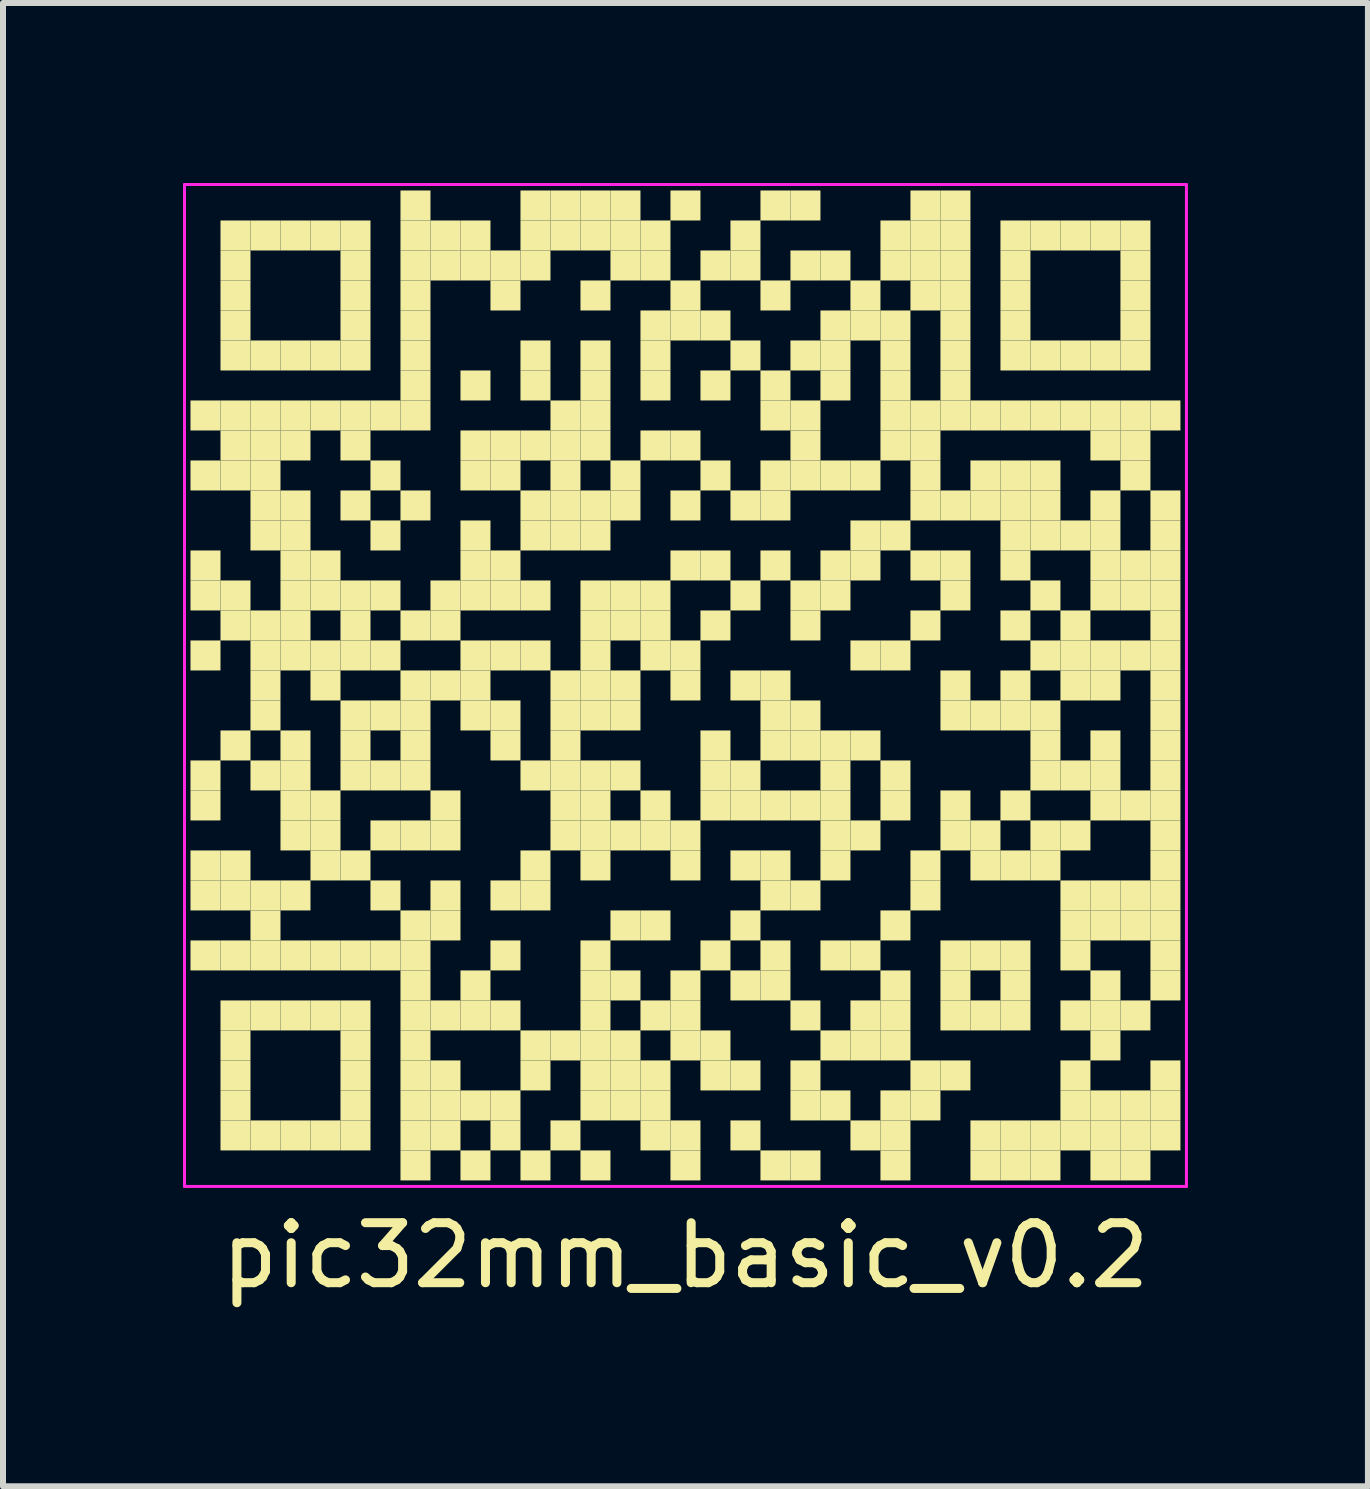
<source format=kicad_pcb>
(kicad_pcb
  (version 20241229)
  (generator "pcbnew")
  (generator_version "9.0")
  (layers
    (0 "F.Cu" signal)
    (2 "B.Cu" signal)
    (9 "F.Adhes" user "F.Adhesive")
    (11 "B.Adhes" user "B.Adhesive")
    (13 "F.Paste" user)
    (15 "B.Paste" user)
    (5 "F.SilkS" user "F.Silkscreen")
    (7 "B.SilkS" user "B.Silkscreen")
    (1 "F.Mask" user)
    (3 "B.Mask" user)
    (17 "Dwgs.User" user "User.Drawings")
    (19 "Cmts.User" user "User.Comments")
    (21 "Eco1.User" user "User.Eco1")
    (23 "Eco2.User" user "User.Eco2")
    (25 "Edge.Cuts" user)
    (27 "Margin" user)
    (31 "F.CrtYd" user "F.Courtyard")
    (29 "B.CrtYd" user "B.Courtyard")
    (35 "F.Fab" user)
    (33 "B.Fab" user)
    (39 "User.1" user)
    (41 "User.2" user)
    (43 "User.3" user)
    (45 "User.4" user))
  (footprint "pic32mm_basic_v0.2"
    (layer "F.Cu")
    (at 8.375 8.375)
    (property "Reference" "pic32mm_basic_v0.2" (at 0 9.5 0) (layer "F.SilkS") (effects (font (size 1 1) (thickness 0.15))))
    (attr through_hole)
    (fp_poly (pts (xy -7.75 -4.25) (xy -7.75 -4.75) (xy -8.25 -4.75) (xy -8.25 -4.25)) (stroke (width 0) (type solid)) (fill yes) (layer "F.SilkS"))
    (fp_poly (pts (xy -7.75 -3.25) (xy -7.75 -3.75) (xy -8.25 -3.75) (xy -8.25 -3.25)) (stroke (width 0) (type solid)) (fill yes) (layer "F.SilkS"))
    (fp_poly (pts (xy -7.75 -1.75) (xy -7.75 -2.25) (xy -8.25 -2.25) (xy -8.25 -1.75)) (stroke (width 0) (type solid)) (fill yes) (layer "F.SilkS"))
    (fp_poly (pts (xy -7.75 -1.25) (xy -7.75 -1.75) (xy -8.25 -1.75) (xy -8.25 -1.25)) (stroke (width 0) (type solid)) (fill yes) (layer "F.SilkS"))
    (fp_poly (pts (xy -7.75 -0.25) (xy -7.75 -0.75) (xy -8.25 -0.75) (xy -8.25 -0.25)) (stroke (width 0) (type solid)) (fill yes) (layer "F.SilkS"))
    (fp_poly (pts (xy -7.75 1.75) (xy -7.75 1.25) (xy -8.25 1.25) (xy -8.25 1.75)) (stroke (width 0) (type solid)) (fill yes) (layer "F.SilkS"))
    (fp_poly (pts (xy -7.75 2.25) (xy -7.75 1.75) (xy -8.25 1.75) (xy -8.25 2.25)) (stroke (width 0) (type solid)) (fill yes) (layer "F.SilkS"))
    (fp_poly (pts (xy -7.75 3.25) (xy -7.75 2.75) (xy -8.25 2.75) (xy -8.25 3.25)) (stroke (width 0) (type solid)) (fill yes) (layer "F.SilkS"))
    (fp_poly (pts (xy -7.75 3.75) (xy -7.75 3.25) (xy -8.25 3.25) (xy -8.25 3.75)) (stroke (width 0) (type solid)) (fill yes) (layer "F.SilkS"))
    (fp_poly (pts (xy -7.75 4.75) (xy -7.75 4.25) (xy -8.25 4.25) (xy -8.25 4.75)) (stroke (width 0) (type solid)) (fill yes) (layer "F.SilkS"))
    (fp_poly (pts (xy -7.25 -7.25) (xy -7.25 -7.75) (xy -7.75 -7.75) (xy -7.75 -7.25)) (stroke (width 0) (type solid)) (fill yes) (layer "F.SilkS"))
    (fp_poly (pts (xy -7.25 -6.75) (xy -7.25 -7.25) (xy -7.75 -7.25) (xy -7.75 -6.75)) (stroke (width 0) (type solid)) (fill yes) (layer "F.SilkS"))
    (fp_poly (pts (xy -7.25 -6.25) (xy -7.25 -6.75) (xy -7.75 -6.75) (xy -7.75 -6.25)) (stroke (width 0) (type solid)) (fill yes) (layer "F.SilkS"))
    (fp_poly (pts (xy -7.25 -5.75) (xy -7.25 -6.25) (xy -7.75 -6.25) (xy -7.75 -5.75)) (stroke (width 0) (type solid)) (fill yes) (layer "F.SilkS"))
    (fp_poly (pts (xy -7.25 -5.25) (xy -7.25 -5.75) (xy -7.75 -5.75) (xy -7.75 -5.25)) (stroke (width 0) (type solid)) (fill yes) (layer "F.SilkS"))
    (fp_poly (pts (xy -7.25 -4.25) (xy -7.25 -4.75) (xy -7.75 -4.75) (xy -7.75 -4.25)) (stroke (width 0) (type solid)) (fill yes) (layer "F.SilkS"))
    (fp_poly (pts (xy -7.25 -3.75) (xy -7.25 -4.25) (xy -7.75 -4.25) (xy -7.75 -3.75)) (stroke (width 0) (type solid)) (fill yes) (layer "F.SilkS"))
    (fp_poly (pts (xy -7.25 -3.25) (xy -7.25 -3.75) (xy -7.75 -3.75) (xy -7.75 -3.25)) (stroke (width 0) (type solid)) (fill yes) (layer "F.SilkS"))
    (fp_poly (pts (xy -7.25 -1.25) (xy -7.25 -1.75) (xy -7.75 -1.75) (xy -7.75 -1.25)) (stroke (width 0) (type solid)) (fill yes) (layer "F.SilkS"))
    (fp_poly (pts (xy -7.25 -0.75) (xy -7.25 -1.25) (xy -7.75 -1.25) (xy -7.75 -0.75)) (stroke (width 0) (type solid)) (fill yes) (layer "F.SilkS"))
    (fp_poly (pts (xy -7.25 1.25) (xy -7.25 0.75) (xy -7.75 0.75) (xy -7.75 1.25)) (stroke (width 0) (type solid)) (fill yes) (layer "F.SilkS"))
    (fp_poly (pts (xy -7.25 3.25) (xy -7.25 2.75) (xy -7.75 2.75) (xy -7.75 3.25)) (stroke (width 0) (type solid)) (fill yes) (layer "F.SilkS"))
    (fp_poly (pts (xy -7.25 3.75) (xy -7.25 3.25) (xy -7.75 3.25) (xy -7.75 3.75)) (stroke (width 0) (type solid)) (fill yes) (layer "F.SilkS"))
    (fp_poly (pts (xy -7.25 4.75) (xy -7.25 4.25) (xy -7.75 4.25) (xy -7.75 4.75)) (stroke (width 0) (type solid)) (fill yes) (layer "F.SilkS"))
    (fp_poly (pts (xy -7.25 5.75) (xy -7.25 5.25) (xy -7.75 5.25) (xy -7.75 5.75)) (stroke (width 0) (type solid)) (fill yes) (layer "F.SilkS"))
    (fp_poly (pts (xy -7.25 6.25) (xy -7.25 5.75) (xy -7.75 5.75) (xy -7.75 6.25)) (stroke (width 0) (type solid)) (fill yes) (layer "F.SilkS"))
    (fp_poly (pts (xy -7.25 6.75) (xy -7.25 6.25) (xy -7.75 6.25) (xy -7.75 6.75)) (stroke (width 0) (type solid)) (fill yes) (layer "F.SilkS"))
    (fp_poly (pts (xy -7.25 7.25) (xy -7.25 6.75) (xy -7.75 6.75) (xy -7.75 7.25)) (stroke (width 0) (type solid)) (fill yes) (layer "F.SilkS"))
    (fp_poly (pts (xy -7.25 7.75) (xy -7.25 7.25) (xy -7.75 7.25) (xy -7.75 7.75)) (stroke (width 0) (type solid)) (fill yes) (layer "F.SilkS"))
    (fp_poly (pts (xy -6.75 -7.25) (xy -6.75 -7.75) (xy -7.25 -7.75) (xy -7.25 -7.25)) (stroke (width 0) (type solid)) (fill yes) (layer "F.SilkS"))
    (fp_poly (pts (xy -6.75 -5.25) (xy -6.75 -5.75) (xy -7.25 -5.75) (xy -7.25 -5.25)) (stroke (width 0) (type solid)) (fill yes) (layer "F.SilkS"))
    (fp_poly (pts (xy -6.75 -4.25) (xy -6.75 -4.75) (xy -7.25 -4.75) (xy -7.25 -4.25)) (stroke (width 0) (type solid)) (fill yes) (layer "F.SilkS"))
    (fp_poly (pts (xy -6.75 -3.75) (xy -6.75 -4.25) (xy -7.25 -4.25) (xy -7.25 -3.75)) (stroke (width 0) (type solid)) (fill yes) (layer "F.SilkS"))
    (fp_poly (pts (xy -6.75 -3.25) (xy -6.75 -3.75) (xy -7.25 -3.75) (xy -7.25 -3.25)) (stroke (width 0) (type solid)) (fill yes) (layer "F.SilkS"))
    (fp_poly (pts (xy -6.75 -2.75) (xy -6.75 -3.25) (xy -7.25 -3.25) (xy -7.25 -2.75)) (stroke (width 0) (type solid)) (fill yes) (layer "F.SilkS"))
    (fp_poly (pts (xy -6.75 -2.25) (xy -6.75 -2.75) (xy -7.25 -2.75) (xy -7.25 -2.25)) (stroke (width 0) (type solid)) (fill yes) (layer "F.SilkS"))
    (fp_poly (pts (xy -6.75 -0.75) (xy -6.75 -1.25) (xy -7.25 -1.25) (xy -7.25 -0.75)) (stroke (width 0) (type solid)) (fill yes) (layer "F.SilkS"))
    (fp_poly (pts (xy -6.75 -0.25) (xy -6.75 -0.75) (xy -7.25 -0.75) (xy -7.25 -0.25)) (stroke (width 0) (type solid)) (fill yes) (layer "F.SilkS"))
    (fp_poly (pts (xy -6.75 0.25) (xy -6.75 -0.25) (xy -7.25 -0.25) (xy -7.25 0.25)) (stroke (width 0) (type solid)) (fill yes) (layer "F.SilkS"))
    (fp_poly (pts (xy -6.75 0.75) (xy -6.75 0.25) (xy -7.25 0.25) (xy -7.25 0.75)) (stroke (width 0) (type solid)) (fill yes) (layer "F.SilkS"))
    (fp_poly (pts (xy -6.75 1.75) (xy -6.75 1.25) (xy -7.25 1.25) (xy -7.25 1.75)) (stroke (width 0) (type solid)) (fill yes) (layer "F.SilkS"))
    (fp_poly (pts (xy -6.75 3.75) (xy -6.75 3.25) (xy -7.25 3.25) (xy -7.25 3.75)) (stroke (width 0) (type solid)) (fill yes) (layer "F.SilkS"))
    (fp_poly (pts (xy -6.75 4.25) (xy -6.75 3.75) (xy -7.25 3.75) (xy -7.25 4.25)) (stroke (width 0) (type solid)) (fill yes) (layer "F.SilkS"))
    (fp_poly (pts (xy -6.75 4.75) (xy -6.75 4.25) (xy -7.25 4.25) (xy -7.25 4.75)) (stroke (width 0) (type solid)) (fill yes) (layer "F.SilkS"))
    (fp_poly (pts (xy -6.75 5.75) (xy -6.75 5.25) (xy -7.25 5.25) (xy -7.25 5.75)) (stroke (width 0) (type solid)) (fill yes) (layer "F.SilkS"))
    (fp_poly (pts (xy -6.75 7.75) (xy -6.75 7.25) (xy -7.25 7.25) (xy -7.25 7.75)) (stroke (width 0) (type solid)) (fill yes) (layer "F.SilkS"))
    (fp_poly (pts (xy -6.25 -7.25) (xy -6.25 -7.75) (xy -6.75 -7.75) (xy -6.75 -7.25)) (stroke (width 0) (type solid)) (fill yes) (layer "F.SilkS"))
    (fp_poly (pts (xy -6.25 -5.25) (xy -6.25 -5.75) (xy -6.75 -5.75) (xy -6.75 -5.25)) (stroke (width 0) (type solid)) (fill yes) (layer "F.SilkS"))
    (fp_poly (pts (xy -6.25 -4.25) (xy -6.25 -4.75) (xy -6.75 -4.75) (xy -6.75 -4.25)) (stroke (width 0) (type solid)) (fill yes) (layer "F.SilkS"))
    (fp_poly (pts (xy -6.25 -3.75) (xy -6.25 -4.25) (xy -6.75 -4.25) (xy -6.75 -3.75)) (stroke (width 0) (type solid)) (fill yes) (layer "F.SilkS"))
    (fp_poly (pts (xy -6.25 -2.75) (xy -6.25 -3.25) (xy -6.75 -3.25) (xy -6.75 -2.75)) (stroke (width 0) (type solid)) (fill yes) (layer "F.SilkS"))
    (fp_poly (pts (xy -6.25 -2.25) (xy -6.25 -2.75) (xy -6.75 -2.75) (xy -6.75 -2.25)) (stroke (width 0) (type solid)) (fill yes) (layer "F.SilkS"))
    (fp_poly (pts (xy -6.25 -1.75) (xy -6.25 -2.25) (xy -6.75 -2.25) (xy -6.75 -1.75)) (stroke (width 0) (type solid)) (fill yes) (layer "F.SilkS"))
    (fp_poly (pts (xy -6.25 -1.25) (xy -6.25 -1.75) (xy -6.75 -1.75) (xy -6.75 -1.25)) (stroke (width 0) (type solid)) (fill yes) (layer "F.SilkS"))
    (fp_poly (pts (xy -6.25 -0.75) (xy -6.25 -1.25) (xy -6.75 -1.25) (xy -6.75 -0.75)) (stroke (width 0) (type solid)) (fill yes) (layer "F.SilkS"))
    (fp_poly (pts (xy -6.25 -0.25) (xy -6.25 -0.75) (xy -6.75 -0.75) (xy -6.75 -0.25)) (stroke (width 0) (type solid)) (fill yes) (layer "F.SilkS"))
    (fp_poly (pts (xy -6.25 1.25) (xy -6.25 0.75) (xy -6.75 0.75) (xy -6.75 1.25)) (stroke (width 0) (type solid)) (fill yes) (layer "F.SilkS"))
    (fp_poly (pts (xy -6.25 1.75) (xy -6.25 1.25) (xy -6.75 1.25) (xy -6.75 1.75)) (stroke (width 0) (type solid)) (fill yes) (layer "F.SilkS"))
    (fp_poly (pts (xy -6.25 2.25) (xy -6.25 1.75) (xy -6.75 1.75) (xy -6.75 2.25)) (stroke (width 0) (type solid)) (fill yes) (layer "F.SilkS"))
    (fp_poly (pts (xy -6.25 2.75) (xy -6.25 2.25) (xy -6.75 2.25) (xy -6.75 2.75)) (stroke (width 0) (type solid)) (fill yes) (layer "F.SilkS"))
    (fp_poly (pts (xy -6.25 3.75) (xy -6.25 3.25) (xy -6.75 3.25) (xy -6.75 3.75)) (stroke (width 0) (type solid)) (fill yes) (layer "F.SilkS"))
    (fp_poly (pts (xy -6.25 4.75) (xy -6.25 4.25) (xy -6.75 4.25) (xy -6.75 4.75)) (stroke (width 0) (type solid)) (fill yes) (layer "F.SilkS"))
    (fp_poly (pts (xy -6.25 5.75) (xy -6.25 5.25) (xy -6.75 5.25) (xy -6.75 5.75)) (stroke (width 0) (type solid)) (fill yes) (layer "F.SilkS"))
    (fp_poly (pts (xy -6.25 7.75) (xy -6.25 7.25) (xy -6.75 7.25) (xy -6.75 7.75)) (stroke (width 0) (type solid)) (fill yes) (layer "F.SilkS"))
    (fp_poly (pts (xy -5.75 -7.25) (xy -5.75 -7.75) (xy -6.25 -7.75) (xy -6.25 -7.25)) (stroke (width 0) (type solid)) (fill yes) (layer "F.SilkS"))
    (fp_poly (pts (xy -5.75 -5.25) (xy -5.75 -5.75) (xy -6.25 -5.75) (xy -6.25 -5.25)) (stroke (width 0) (type solid)) (fill yes) (layer "F.SilkS"))
    (fp_poly (pts (xy -5.75 -4.25) (xy -5.75 -4.75) (xy -6.25 -4.75) (xy -6.25 -4.25)) (stroke (width 0) (type solid)) (fill yes) (layer "F.SilkS"))
    (fp_poly (pts (xy -5.75 -1.75) (xy -5.75 -2.25) (xy -6.25 -2.25) (xy -6.25 -1.75)) (stroke (width 0) (type solid)) (fill yes) (layer "F.SilkS"))
    (fp_poly (pts (xy -5.75 -1.25) (xy -5.75 -1.75) (xy -6.25 -1.75) (xy -6.25 -1.25)) (stroke (width 0) (type solid)) (fill yes) (layer "F.SilkS"))
    (fp_poly (pts (xy -5.75 -0.25) (xy -5.75 -0.75) (xy -6.25 -0.75) (xy -6.25 -0.25)) (stroke (width 0) (type solid)) (fill yes) (layer "F.SilkS"))
    (fp_poly (pts (xy -5.75 0.25) (xy -5.75 -0.25) (xy -6.25 -0.25) (xy -6.25 0.25)) (stroke (width 0) (type solid)) (fill yes) (layer "F.SilkS"))
    (fp_poly (pts (xy -5.75 2.25) (xy -5.75 1.75) (xy -6.25 1.75) (xy -6.25 2.25)) (stroke (width 0) (type solid)) (fill yes) (layer "F.SilkS"))
    (fp_poly (pts (xy -5.75 2.75) (xy -5.75 2.25) (xy -6.25 2.25) (xy -6.25 2.75)) (stroke (width 0) (type solid)) (fill yes) (layer "F.SilkS"))
    (fp_poly (pts (xy -5.75 3.25) (xy -5.75 2.75) (xy -6.25 2.75) (xy -6.25 3.25)) (stroke (width 0) (type solid)) (fill yes) (layer "F.SilkS"))
    (fp_poly (pts (xy -5.75 4.75) (xy -5.75 4.25) (xy -6.25 4.25) (xy -6.25 4.75)) (stroke (width 0) (type solid)) (fill yes) (layer "F.SilkS"))
    (fp_poly (pts (xy -5.75 5.75) (xy -5.75 5.25) (xy -6.25 5.25) (xy -6.25 5.75)) (stroke (width 0) (type solid)) (fill yes) (layer "F.SilkS"))
    (fp_poly (pts (xy -5.75 7.75) (xy -5.75 7.25) (xy -6.25 7.25) (xy -6.25 7.75)) (stroke (width 0) (type solid)) (fill yes) (layer "F.SilkS"))
    (fp_poly (pts (xy -5.25 -7.25) (xy -5.25 -7.75) (xy -5.75 -7.75) (xy -5.75 -7.25)) (stroke (width 0) (type solid)) (fill yes) (layer "F.SilkS"))
    (fp_poly (pts (xy -5.25 -6.75) (xy -5.25 -7.25) (xy -5.75 -7.25) (xy -5.75 -6.75)) (stroke (width 0) (type solid)) (fill yes) (layer "F.SilkS"))
    (fp_poly (pts (xy -5.25 -6.25) (xy -5.25 -6.75) (xy -5.75 -6.75) (xy -5.75 -6.25)) (stroke (width 0) (type solid)) (fill yes) (layer "F.SilkS"))
    (fp_poly (pts (xy -5.25 -5.75) (xy -5.25 -6.25) (xy -5.75 -6.25) (xy -5.75 -5.75)) (stroke (width 0) (type solid)) (fill yes) (layer "F.SilkS"))
    (fp_poly (pts (xy -5.25 -5.25) (xy -5.25 -5.75) (xy -5.75 -5.75) (xy -5.75 -5.25)) (stroke (width 0) (type solid)) (fill yes) (layer "F.SilkS"))
    (fp_poly (pts (xy -5.25 -4.25) (xy -5.25 -4.75) (xy -5.75 -4.75) (xy -5.75 -4.25)) (stroke (width 0) (type solid)) (fill yes) (layer "F.SilkS"))
    (fp_poly (pts (xy -5.25 -3.75) (xy -5.25 -4.25) (xy -5.75 -4.25) (xy -5.75 -3.75)) (stroke (width 0) (type solid)) (fill yes) (layer "F.SilkS"))
    (fp_poly (pts (xy -5.25 -2.75) (xy -5.25 -3.25) (xy -5.75 -3.25) (xy -5.75 -2.75)) (stroke (width 0) (type solid)) (fill yes) (layer "F.SilkS"))
    (fp_poly (pts (xy -5.25 -1.25) (xy -5.25 -1.75) (xy -5.75 -1.75) (xy -5.75 -1.25)) (stroke (width 0) (type solid)) (fill yes) (layer "F.SilkS"))
    (fp_poly (pts (xy -5.25 -0.75) (xy -5.25 -1.25) (xy -5.75 -1.25) (xy -5.75 -0.75)) (stroke (width 0) (type solid)) (fill yes) (layer "F.SilkS"))
    (fp_poly (pts (xy -5.25 -0.25) (xy -5.25 -0.75) (xy -5.75 -0.75) (xy -5.75 -0.25)) (stroke (width 0) (type solid)) (fill yes) (layer "F.SilkS"))
    (fp_poly (pts (xy -5.25 0.75) (xy -5.25 0.25) (xy -5.75 0.25) (xy -5.75 0.75)) (stroke (width 0) (type solid)) (fill yes) (layer "F.SilkS"))
    (fp_poly (pts (xy -5.25 1.25) (xy -5.25 0.75) (xy -5.75 0.75) (xy -5.75 1.25)) (stroke (width 0) (type solid)) (fill yes) (layer "F.SilkS"))
    (fp_poly (pts (xy -5.25 1.75) (xy -5.25 1.25) (xy -5.75 1.25) (xy -5.75 1.75)) (stroke (width 0) (type solid)) (fill yes) (layer "F.SilkS"))
    (fp_poly (pts (xy -5.25 3.25) (xy -5.25 2.75) (xy -5.75 2.75) (xy -5.75 3.25)) (stroke (width 0) (type solid)) (fill yes) (layer "F.SilkS"))
    (fp_poly (pts (xy -5.25 4.75) (xy -5.25 4.25) (xy -5.75 4.25) (xy -5.75 4.75)) (stroke (width 0) (type solid)) (fill yes) (layer "F.SilkS"))
    (fp_poly (pts (xy -5.25 5.75) (xy -5.25 5.25) (xy -5.75 5.25) (xy -5.75 5.75)) (stroke (width 0) (type solid)) (fill yes) (layer "F.SilkS"))
    (fp_poly (pts (xy -5.25 6.25) (xy -5.25 5.75) (xy -5.75 5.75) (xy -5.75 6.25)) (stroke (width 0) (type solid)) (fill yes) (layer "F.SilkS"))
    (fp_poly (pts (xy -5.25 6.75) (xy -5.25 6.25) (xy -5.75 6.25) (xy -5.75 6.75)) (stroke (width 0) (type solid)) (fill yes) (layer "F.SilkS"))
    (fp_poly (pts (xy -5.25 7.25) (xy -5.25 6.75) (xy -5.75 6.75) (xy -5.75 7.25)) (stroke (width 0) (type solid)) (fill yes) (layer "F.SilkS"))
    (fp_poly (pts (xy -5.25 7.75) (xy -5.25 7.25) (xy -5.75 7.25) (xy -5.75 7.75)) (stroke (width 0) (type solid)) (fill yes) (layer "F.SilkS"))
    (fp_poly (pts (xy -4.75 -4.25) (xy -4.75 -4.75) (xy -5.25 -4.75) (xy -5.25 -4.25)) (stroke (width 0) (type solid)) (fill yes) (layer "F.SilkS"))
    (fp_poly (pts (xy -4.75 -3.25) (xy -4.75 -3.75) (xy -5.25 -3.75) (xy -5.25 -3.25)) (stroke (width 0) (type solid)) (fill yes) (layer "F.SilkS"))
    (fp_poly (pts (xy -4.75 -2.25) (xy -4.75 -2.75) (xy -5.25 -2.75) (xy -5.25 -2.25)) (stroke (width 0) (type solid)) (fill yes) (layer "F.SilkS"))
    (fp_poly (pts (xy -4.75 -1.25) (xy -4.75 -1.75) (xy -5.25 -1.75) (xy -5.25 -1.25)) (stroke (width 0) (type solid)) (fill yes) (layer "F.SilkS"))
    (fp_poly (pts (xy -4.75 -0.25) (xy -4.75 -0.75) (xy -5.25 -0.75) (xy -5.25 -0.25)) (stroke (width 0) (type solid)) (fill yes) (layer "F.SilkS"))
    (fp_poly (pts (xy -4.75 0.75) (xy -4.75 0.25) (xy -5.25 0.25) (xy -5.25 0.75)) (stroke (width 0) (type solid)) (fill yes) (layer "F.SilkS"))
    (fp_poly (pts (xy -4.75 1.75) (xy -4.75 1.25) (xy -5.25 1.25) (xy -5.25 1.75)) (stroke (width 0) (type solid)) (fill yes) (layer "F.SilkS"))
    (fp_poly (pts (xy -4.75 2.75) (xy -4.75 2.25) (xy -5.25 2.25) (xy -5.25 2.75)) (stroke (width 0) (type solid)) (fill yes) (layer "F.SilkS"))
    (fp_poly (pts (xy -4.75 3.75) (xy -4.75 3.25) (xy -5.25 3.25) (xy -5.25 3.75)) (stroke (width 0) (type solid)) (fill yes) (layer "F.SilkS"))
    (fp_poly (pts (xy -4.75 4.75) (xy -4.75 4.25) (xy -5.25 4.25) (xy -5.25 4.75)) (stroke (width 0) (type solid)) (fill yes) (layer "F.SilkS"))
    (fp_poly (pts (xy -4.25 -7.75) (xy -4.25 -8.25) (xy -4.75 -8.25) (xy -4.75 -7.75)) (stroke (width 0) (type solid)) (fill yes) (layer "F.SilkS"))
    (fp_poly (pts (xy -4.25 -7.25) (xy -4.25 -7.75) (xy -4.75 -7.75) (xy -4.75 -7.25)) (stroke (width 0) (type solid)) (fill yes) (layer "F.SilkS"))
    (fp_poly (pts (xy -4.25 -6.75) (xy -4.25 -7.25) (xy -4.75 -7.25) (xy -4.75 -6.75)) (stroke (width 0) (type solid)) (fill yes) (layer "F.SilkS"))
    (fp_poly (pts (xy -4.25 -6.25) (xy -4.25 -6.75) (xy -4.75 -6.75) (xy -4.75 -6.25)) (stroke (width 0) (type solid)) (fill yes) (layer "F.SilkS"))
    (fp_poly (pts (xy -4.25 -5.75) (xy -4.25 -6.25) (xy -4.75 -6.25) (xy -4.75 -5.75)) (stroke (width 0) (type solid)) (fill yes) (layer "F.SilkS"))
    (fp_poly (pts (xy -4.25 -5.25) (xy -4.25 -5.75) (xy -4.75 -5.75) (xy -4.75 -5.25)) (stroke (width 0) (type solid)) (fill yes) (layer "F.SilkS"))
    (fp_poly (pts (xy -4.25 -4.75) (xy -4.25 -5.25) (xy -4.75 -5.25) (xy -4.75 -4.75)) (stroke (width 0) (type solid)) (fill yes) (layer "F.SilkS"))
    (fp_poly (pts (xy -4.25 -4.25) (xy -4.25 -4.75) (xy -4.75 -4.75) (xy -4.75 -4.25)) (stroke (width 0) (type solid)) (fill yes) (layer "F.SilkS"))
    (fp_poly (pts (xy -4.25 -2.75) (xy -4.25 -3.25) (xy -4.75 -3.25) (xy -4.75 -2.75)) (stroke (width 0) (type solid)) (fill yes) (layer "F.SilkS"))
    (fp_poly (pts (xy -4.25 -0.75) (xy -4.25 -1.25) (xy -4.75 -1.25) (xy -4.75 -0.75)) (stroke (width 0) (type solid)) (fill yes) (layer "F.SilkS"))
    (fp_poly (pts (xy -4.25 0.25) (xy -4.25 -0.25) (xy -4.75 -0.25) (xy -4.75 0.25)) (stroke (width 0) (type solid)) (fill yes) (layer "F.SilkS"))
    (fp_poly (pts (xy -4.25 0.75) (xy -4.25 0.25) (xy -4.75 0.25) (xy -4.75 0.75)) (stroke (width 0) (type solid)) (fill yes) (layer "F.SilkS"))
    (fp_poly (pts (xy -4.25 1.25) (xy -4.25 0.75) (xy -4.75 0.75) (xy -4.75 1.25)) (stroke (width 0) (type solid)) (fill yes) (layer "F.SilkS"))
    (fp_poly (pts (xy -4.25 1.75) (xy -4.25 1.25) (xy -4.75 1.25) (xy -4.75 1.75)) (stroke (width 0) (type solid)) (fill yes) (layer "F.SilkS"))
    (fp_poly (pts (xy -4.25 2.75) (xy -4.25 2.25) (xy -4.75 2.25) (xy -4.75 2.75)) (stroke (width 0) (type solid)) (fill yes) (layer "F.SilkS"))
    (fp_poly (pts (xy -4.25 4.25) (xy -4.25 3.75) (xy -4.75 3.75) (xy -4.75 4.25)) (stroke (width 0) (type solid)) (fill yes) (layer "F.SilkS"))
    (fp_poly (pts (xy -4.25 4.75) (xy -4.25 4.25) (xy -4.75 4.25) (xy -4.75 4.75)) (stroke (width 0) (type solid)) (fill yes) (layer "F.SilkS"))
    (fp_poly (pts (xy -4.25 5.25) (xy -4.25 4.75) (xy -4.75 4.75) (xy -4.75 5.25)) (stroke (width 0) (type solid)) (fill yes) (layer "F.SilkS"))
    (fp_poly (pts (xy -4.25 5.75) (xy -4.25 5.25) (xy -4.75 5.25) (xy -4.75 5.75)) (stroke (width 0) (type solid)) (fill yes) (layer "F.SilkS"))
    (fp_poly (pts (xy -4.25 6.25) (xy -4.25 5.75) (xy -4.75 5.75) (xy -4.75 6.25)) (stroke (width 0) (type solid)) (fill yes) (layer "F.SilkS"))
    (fp_poly (pts (xy -4.25 6.75) (xy -4.25 6.25) (xy -4.75 6.25) (xy -4.75 6.75)) (stroke (width 0) (type solid)) (fill yes) (layer "F.SilkS"))
    (fp_poly (pts (xy -4.25 7.25) (xy -4.25 6.75) (xy -4.75 6.75) (xy -4.75 7.25)) (stroke (width 0) (type solid)) (fill yes) (layer "F.SilkS"))
    (fp_poly (pts (xy -4.25 7.75) (xy -4.25 7.25) (xy -4.75 7.25) (xy -4.75 7.75)) (stroke (width 0) (type solid)) (fill yes) (layer "F.SilkS"))
    (fp_poly (pts (xy -4.25 8.25) (xy -4.25 7.75) (xy -4.75 7.75) (xy -4.75 8.25)) (stroke (width 0) (type solid)) (fill yes) (layer "F.SilkS"))
    (fp_poly (pts (xy -3.75 -7.25) (xy -3.75 -7.75) (xy -4.25 -7.75) (xy -4.25 -7.25)) (stroke (width 0) (type solid)) (fill yes) (layer "F.SilkS"))
    (fp_poly (pts (xy -3.75 -6.75) (xy -3.75 -7.25) (xy -4.25 -7.25) (xy -4.25 -6.75)) (stroke (width 0) (type solid)) (fill yes) (layer "F.SilkS"))
    (fp_poly (pts (xy -3.75 -1.25) (xy -3.75 -1.75) (xy -4.25 -1.75) (xy -4.25 -1.25)) (stroke (width 0) (type solid)) (fill yes) (layer "F.SilkS"))
    (fp_poly (pts (xy -3.75 -0.75) (xy -3.75 -1.25) (xy -4.25 -1.25) (xy -4.25 -0.75)) (stroke (width 0) (type solid)) (fill yes) (layer "F.SilkS"))
    (fp_poly (pts (xy -3.75 0.25) (xy -3.75 -0.25) (xy -4.25 -0.25) (xy -4.25 0.25)) (stroke (width 0) (type solid)) (fill yes) (layer "F.SilkS"))
    (fp_poly (pts (xy -3.75 2.25) (xy -3.75 1.75) (xy -4.25 1.75) (xy -4.25 2.25)) (stroke (width 0) (type solid)) (fill yes) (layer "F.SilkS"))
    (fp_poly (pts (xy -3.75 2.75) (xy -3.75 2.25) (xy -4.25 2.25) (xy -4.25 2.75)) (stroke (width 0) (type solid)) (fill yes) (layer "F.SilkS"))
    (fp_poly (pts (xy -3.75 3.75) (xy -3.75 3.25) (xy -4.25 3.25) (xy -4.25 3.75)) (stroke (width 0) (type solid)) (fill yes) (layer "F.SilkS"))
    (fp_poly (pts (xy -3.75 4.25) (xy -3.75 3.75) (xy -4.25 3.75) (xy -4.25 4.25)) (stroke (width 0) (type solid)) (fill yes) (layer "F.SilkS"))
    (fp_poly (pts (xy -3.75 5.75) (xy -3.75 5.25) (xy -4.25 5.25) (xy -4.25 5.75)) (stroke (width 0) (type solid)) (fill yes) (layer "F.SilkS"))
    (fp_poly (pts (xy -3.75 6.75) (xy -3.75 6.25) (xy -4.25 6.25) (xy -4.25 6.75)) (stroke (width 0) (type solid)) (fill yes) (layer "F.SilkS"))
    (fp_poly (pts (xy -3.75 7.25) (xy -3.75 6.75) (xy -4.25 6.75) (xy -4.25 7.25)) (stroke (width 0) (type solid)) (fill yes) (layer "F.SilkS"))
    (fp_poly (pts (xy -3.75 7.75) (xy -3.75 7.25) (xy -4.25 7.25) (xy -4.25 7.75)) (stroke (width 0) (type solid)) (fill yes) (layer "F.SilkS"))
    (fp_poly (pts (xy -3.25 -7.25) (xy -3.25 -7.75) (xy -3.75 -7.75) (xy -3.75 -7.25)) (stroke (width 0) (type solid)) (fill yes) (layer "F.SilkS"))
    (fp_poly (pts (xy -3.25 -6.75) (xy -3.25 -7.25) (xy -3.75 -7.25) (xy -3.75 -6.75)) (stroke (width 0) (type solid)) (fill yes) (layer "F.SilkS"))
    (fp_poly (pts (xy -3.25 -4.75) (xy -3.25 -5.25) (xy -3.75 -5.25) (xy -3.75 -4.75)) (stroke (width 0) (type solid)) (fill yes) (layer "F.SilkS"))
    (fp_poly (pts (xy -3.25 -3.75) (xy -3.25 -4.25) (xy -3.75 -4.25) (xy -3.75 -3.75)) (stroke (width 0) (type solid)) (fill yes) (layer "F.SilkS"))
    (fp_poly (pts (xy -3.25 -3.25) (xy -3.25 -3.75) (xy -3.75 -3.75) (xy -3.75 -3.25)) (stroke (width 0) (type solid)) (fill yes) (layer "F.SilkS"))
    (fp_poly (pts (xy -3.25 -2.25) (xy -3.25 -2.75) (xy -3.75 -2.75) (xy -3.75 -2.25)) (stroke (width 0) (type solid)) (fill yes) (layer "F.SilkS"))
    (fp_poly (pts (xy -3.25 -1.75) (xy -3.25 -2.25) (xy -3.75 -2.25) (xy -3.75 -1.75)) (stroke (width 0) (type solid)) (fill yes) (layer "F.SilkS"))
    (fp_poly (pts (xy -3.25 -1.25) (xy -3.25 -1.75) (xy -3.75 -1.75) (xy -3.75 -1.25)) (stroke (width 0) (type solid)) (fill yes) (layer "F.SilkS"))
    (fp_poly (pts (xy -3.25 -0.25) (xy -3.25 -0.75) (xy -3.75 -0.75) (xy -3.75 -0.25)) (stroke (width 0) (type solid)) (fill yes) (layer "F.SilkS"))
    (fp_poly (pts (xy -3.25 0.25) (xy -3.25 -0.25) (xy -3.75 -0.25) (xy -3.75 0.25)) (stroke (width 0) (type solid)) (fill yes) (layer "F.SilkS"))
    (fp_poly (pts (xy -3.25 0.75) (xy -3.25 0.25) (xy -3.75 0.25) (xy -3.75 0.75)) (stroke (width 0) (type solid)) (fill yes) (layer "F.SilkS"))
    (fp_poly (pts (xy -3.25 5.25) (xy -3.25 4.75) (xy -3.75 4.75) (xy -3.75 5.25)) (stroke (width 0) (type solid)) (fill yes) (layer "F.SilkS"))
    (fp_poly (pts (xy -3.25 5.75) (xy -3.25 5.25) (xy -3.75 5.25) (xy -3.75 5.75)) (stroke (width 0) (type solid)) (fill yes) (layer "F.SilkS"))
    (fp_poly (pts (xy -3.25 7.25) (xy -3.25 6.75) (xy -3.75 6.75) (xy -3.75 7.25)) (stroke (width 0) (type solid)) (fill yes) (layer "F.SilkS"))
    (fp_poly (pts (xy -3.25 8.25) (xy -3.25 7.75) (xy -3.75 7.75) (xy -3.75 8.25)) (stroke (width 0) (type solid)) (fill yes) (layer "F.SilkS"))
    (fp_poly (pts (xy -2.75 -6.75) (xy -2.75 -7.25) (xy -3.25 -7.25) (xy -3.25 -6.75)) (stroke (width 0) (type solid)) (fill yes) (layer "F.SilkS"))
    (fp_poly (pts (xy -2.75 -6.25) (xy -2.75 -6.75) (xy -3.25 -6.75) (xy -3.25 -6.25)) (stroke (width 0) (type solid)) (fill yes) (layer "F.SilkS"))
    (fp_poly (pts (xy -2.75 -3.75) (xy -2.75 -4.25) (xy -3.25 -4.25) (xy -3.25 -3.75)) (stroke (width 0) (type solid)) (fill yes) (layer "F.SilkS"))
    (fp_poly (pts (xy -2.75 -3.25) (xy -2.75 -3.75) (xy -3.25 -3.75) (xy -3.25 -3.25)) (stroke (width 0) (type solid)) (fill yes) (layer "F.SilkS"))
    (fp_poly (pts (xy -2.75 -1.75) (xy -2.75 -2.25) (xy -3.25 -2.25) (xy -3.25 -1.75)) (stroke (width 0) (type solid)) (fill yes) (layer "F.SilkS"))
    (fp_poly (pts (xy -2.75 -1.25) (xy -2.75 -1.75) (xy -3.25 -1.75) (xy -3.25 -1.25)) (stroke (width 0) (type solid)) (fill yes) (layer "F.SilkS"))
    (fp_poly (pts (xy -2.75 -0.25) (xy -2.75 -0.75) (xy -3.25 -0.75) (xy -3.25 -0.25)) (stroke (width 0) (type solid)) (fill yes) (layer "F.SilkS"))
    (fp_poly (pts (xy -2.75 0.75) (xy -2.75 0.25) (xy -3.25 0.25) (xy -3.25 0.75)) (stroke (width 0) (type solid)) (fill yes) (layer "F.SilkS"))
    (fp_poly (pts (xy -2.75 1.25) (xy -2.75 0.75) (xy -3.25 0.75) (xy -3.25 1.25)) (stroke (width 0) (type solid)) (fill yes) (layer "F.SilkS"))
    (fp_poly (pts (xy -2.75 3.75) (xy -2.75 3.25) (xy -3.25 3.25) (xy -3.25 3.75)) (stroke (width 0) (type solid)) (fill yes) (layer "F.SilkS"))
    (fp_poly (pts (xy -2.75 4.75) (xy -2.75 4.25) (xy -3.25 4.25) (xy -3.25 4.75)) (stroke (width 0) (type solid)) (fill yes) (layer "F.SilkS"))
    (fp_poly (pts (xy -2.75 5.75) (xy -2.75 5.25) (xy -3.25 5.25) (xy -3.25 5.75)) (stroke (width 0) (type solid)) (fill yes) (layer "F.SilkS"))
    (fp_poly (pts (xy -2.75 7.25) (xy -2.75 6.75) (xy -3.25 6.75) (xy -3.25 7.25)) (stroke (width 0) (type solid)) (fill yes) (layer "F.SilkS"))
    (fp_poly (pts (xy -2.75 7.75) (xy -2.75 7.25) (xy -3.25 7.25) (xy -3.25 7.75)) (stroke (width 0) (type solid)) (fill yes) (layer "F.SilkS"))
    (fp_poly (pts (xy -2.25 -7.75) (xy -2.25 -8.25) (xy -2.75 -8.25) (xy -2.75 -7.75)) (stroke (width 0) (type solid)) (fill yes) (layer "F.SilkS"))
    (fp_poly (pts (xy -2.25 -7.25) (xy -2.25 -7.75) (xy -2.75 -7.75) (xy -2.75 -7.25)) (stroke (width 0) (type solid)) (fill yes) (layer "F.SilkS"))
    (fp_poly (pts (xy -2.25 -6.75) (xy -2.25 -7.25) (xy -2.75 -7.25) (xy -2.75 -6.75)) (stroke (width 0) (type solid)) (fill yes) (layer "F.SilkS"))
    (fp_poly (pts (xy -2.25 -5.25) (xy -2.25 -5.75) (xy -2.75 -5.75) (xy -2.75 -5.25)) (stroke (width 0) (type solid)) (fill yes) (layer "F.SilkS"))
    (fp_poly (pts (xy -2.25 -4.75) (xy -2.25 -5.25) (xy -2.75 -5.25) (xy -2.75 -4.75)) (stroke (width 0) (type solid)) (fill yes) (layer "F.SilkS"))
    (fp_poly (pts (xy -2.25 -3.75) (xy -2.25 -4.25) (xy -2.75 -4.25) (xy -2.75 -3.75)) (stroke (width 0) (type solid)) (fill yes) (layer "F.SilkS"))
    (fp_poly (pts (xy -2.25 -2.75) (xy -2.25 -3.25) (xy -2.75 -3.25) (xy -2.75 -2.75)) (stroke (width 0) (type solid)) (fill yes) (layer "F.SilkS"))
    (fp_poly (pts (xy -2.25 -2.25) (xy -2.25 -2.75) (xy -2.75 -2.75) (xy -2.75 -2.25)) (stroke (width 0) (type solid)) (fill yes) (layer "F.SilkS"))
    (fp_poly (pts (xy -2.25 -1.25) (xy -2.25 -1.75) (xy -2.75 -1.75) (xy -2.75 -1.25)) (stroke (width 0) (type solid)) (fill yes) (layer "F.SilkS"))
    (fp_poly (pts (xy -2.25 -0.25) (xy -2.25 -0.75) (xy -2.75 -0.75) (xy -2.75 -0.25)) (stroke (width 0) (type solid)) (fill yes) (layer "F.SilkS"))
    (fp_poly (pts (xy -2.25 1.75) (xy -2.25 1.25) (xy -2.75 1.25) (xy -2.75 1.75)) (stroke (width 0) (type solid)) (fill yes) (layer "F.SilkS"))
    (fp_poly (pts (xy -2.25 3.25) (xy -2.25 2.75) (xy -2.75 2.75) (xy -2.75 3.25)) (stroke (width 0) (type solid)) (fill yes) (layer "F.SilkS"))
    (fp_poly (pts (xy -2.25 3.75) (xy -2.25 3.25) (xy -2.75 3.25) (xy -2.75 3.75)) (stroke (width 0) (type solid)) (fill yes) (layer "F.SilkS"))
    (fp_poly (pts (xy -2.25 6.25) (xy -2.25 5.75) (xy -2.75 5.75) (xy -2.75 6.25)) (stroke (width 0) (type solid)) (fill yes) (layer "F.SilkS"))
    (fp_poly (pts (xy -2.25 6.75) (xy -2.25 6.25) (xy -2.75 6.25) (xy -2.75 6.75)) (stroke (width 0) (type solid)) (fill yes) (layer "F.SilkS"))
    (fp_poly (pts (xy -2.25 8.25) (xy -2.25 7.75) (xy -2.75 7.75) (xy -2.75 8.25)) (stroke (width 0) (type solid)) (fill yes) (layer "F.SilkS"))
    (fp_poly (pts (xy -1.75 -7.75) (xy -1.75 -8.25) (xy -2.25 -8.25) (xy -2.25 -7.75)) (stroke (width 0) (type solid)) (fill yes) (layer "F.SilkS"))
    (fp_poly (pts (xy -1.75 -7.25) (xy -1.75 -7.75) (xy -2.25 -7.75) (xy -2.25 -7.25)) (stroke (width 0) (type solid)) (fill yes) (layer "F.SilkS"))
    (fp_poly (pts (xy -1.75 -4.25) (xy -1.75 -4.75) (xy -2.25 -4.75) (xy -2.25 -4.25)) (stroke (width 0) (type solid)) (fill yes) (layer "F.SilkS"))
    (fp_poly (pts (xy -1.75 -3.75) (xy -1.75 -4.25) (xy -2.25 -4.25) (xy -2.25 -3.75)) (stroke (width 0) (type solid)) (fill yes) (layer "F.SilkS"))
    (fp_poly (pts (xy -1.75 -3.25) (xy -1.75 -3.75) (xy -2.25 -3.75) (xy -2.25 -3.25)) (stroke (width 0) (type solid)) (fill yes) (layer "F.SilkS"))
    (fp_poly (pts (xy -1.75 -2.75) (xy -1.75 -3.25) (xy -2.25 -3.25) (xy -2.25 -2.75)) (stroke (width 0) (type solid)) (fill yes) (layer "F.SilkS"))
    (fp_poly (pts (xy -1.75 -2.25) (xy -1.75 -2.75) (xy -2.25 -2.75) (xy -2.25 -2.25)) (stroke (width 0) (type solid)) (fill yes) (layer "F.SilkS"))
    (fp_poly (pts (xy -1.75 0.25) (xy -1.75 -0.25) (xy -2.25 -0.25) (xy -2.25 0.25)) (stroke (width 0) (type solid)) (fill yes) (layer "F.SilkS"))
    (fp_poly (pts (xy -1.75 0.75) (xy -1.75 0.25) (xy -2.25 0.25) (xy -2.25 0.75)) (stroke (width 0) (type solid)) (fill yes) (layer "F.SilkS"))
    (fp_poly (pts (xy -1.75 1.25) (xy -1.75 0.75) (xy -2.25 0.75) (xy -2.25 1.25)) (stroke (width 0) (type solid)) (fill yes) (layer "F.SilkS"))
    (fp_poly (pts (xy -1.75 1.75) (xy -1.75 1.25) (xy -2.25 1.25) (xy -2.25 1.75)) (stroke (width 0) (type solid)) (fill yes) (layer "F.SilkS"))
    (fp_poly (pts (xy -1.75 2.25) (xy -1.75 1.75) (xy -2.25 1.75) (xy -2.25 2.25)) (stroke (width 0) (type solid)) (fill yes) (layer "F.SilkS"))
    (fp_poly (pts (xy -1.75 2.75) (xy -1.75 2.25) (xy -2.25 2.25) (xy -2.25 2.75)) (stroke (width 0) (type solid)) (fill yes) (layer "F.SilkS"))
    (fp_poly (pts (xy -1.75 6.25) (xy -1.75 5.75) (xy -2.25 5.75) (xy -2.25 6.25)) (stroke (width 0) (type solid)) (fill yes) (layer "F.SilkS"))
    (fp_poly (pts (xy -1.75 7.75) (xy -1.75 7.25) (xy -2.25 7.25) (xy -2.25 7.75)) (stroke (width 0) (type solid)) (fill yes) (layer "F.SilkS"))
    (fp_poly (pts (xy -1.25 -7.75) (xy -1.25 -8.25) (xy -1.75 -8.25) (xy -1.75 -7.75)) (stroke (width 0) (type solid)) (fill yes) (layer "F.SilkS"))
    (fp_poly (pts (xy -1.25 -7.25) (xy -1.25 -7.75) (xy -1.75 -7.75) (xy -1.75 -7.25)) (stroke (width 0) (type solid)) (fill yes) (layer "F.SilkS"))
    (fp_poly (pts (xy -1.25 -6.25) (xy -1.25 -6.75) (xy -1.75 -6.75) (xy -1.75 -6.25)) (stroke (width 0) (type solid)) (fill yes) (layer "F.SilkS"))
    (fp_poly (pts (xy -1.25 -5.25) (xy -1.25 -5.75) (xy -1.75 -5.75) (xy -1.75 -5.25)) (stroke (width 0) (type solid)) (fill yes) (layer "F.SilkS"))
    (fp_poly (pts (xy -1.25 -4.75) (xy -1.25 -5.25) (xy -1.75 -5.25) (xy -1.75 -4.75)) (stroke (width 0) (type solid)) (fill yes) (layer "F.SilkS"))
    (fp_poly (pts (xy -1.25 -4.25) (xy -1.25 -4.75) (xy -1.75 -4.75) (xy -1.75 -4.25)) (stroke (width 0) (type solid)) (fill yes) (layer "F.SilkS"))
    (fp_poly (pts (xy -1.25 -3.75) (xy -1.25 -4.25) (xy -1.75 -4.25) (xy -1.75 -3.75)) (stroke (width 0) (type solid)) (fill yes) (layer "F.SilkS"))
    (fp_poly (pts (xy -1.25 -2.75) (xy -1.25 -3.25) (xy -1.75 -3.25) (xy -1.75 -2.75)) (stroke (width 0) (type solid)) (fill yes) (layer "F.SilkS"))
    (fp_poly (pts (xy -1.25 -2.25) (xy -1.25 -2.75) (xy -1.75 -2.75) (xy -1.75 -2.25)) (stroke (width 0) (type solid)) (fill yes) (layer "F.SilkS"))
    (fp_poly (pts (xy -1.25 -1.25) (xy -1.25 -1.75) (xy -1.75 -1.75) (xy -1.75 -1.25)) (stroke (width 0) (type solid)) (fill yes) (layer "F.SilkS"))
    (fp_poly (pts (xy -1.25 -0.75) (xy -1.25 -1.25) (xy -1.75 -1.25) (xy -1.75 -0.75)) (stroke (width 0) (type solid)) (fill yes) (layer "F.SilkS"))
    (fp_poly (pts (xy -1.25 -0.25) (xy -1.25 -0.75) (xy -1.75 -0.75) (xy -1.75 -0.25)) (stroke (width 0) (type solid)) (fill yes) (layer "F.SilkS"))
    (fp_poly (pts (xy -1.25 0.25) (xy -1.25 -0.25) (xy -1.75 -0.25) (xy -1.75 0.25)) (stroke (width 0) (type solid)) (fill yes) (layer "F.SilkS"))
    (fp_poly (pts (xy -1.25 0.75) (xy -1.25 0.25) (xy -1.75 0.25) (xy -1.75 0.75)) (stroke (width 0) (type solid)) (fill yes) (layer "F.SilkS"))
    (fp_poly (pts (xy -1.25 1.75) (xy -1.25 1.25) (xy -1.75 1.25) (xy -1.75 1.75)) (stroke (width 0) (type solid)) (fill yes) (layer "F.SilkS"))
    (fp_poly (pts (xy -1.25 2.25) (xy -1.25 1.75) (xy -1.75 1.75) (xy -1.75 2.25)) (stroke (width 0) (type solid)) (fill yes) (layer "F.SilkS"))
    (fp_poly (pts (xy -1.25 2.75) (xy -1.25 2.25) (xy -1.75 2.25) (xy -1.75 2.75)) (stroke (width 0) (type solid)) (fill yes) (layer "F.SilkS"))
    (fp_poly (pts (xy -1.25 3.25) (xy -1.25 2.75) (xy -1.75 2.75) (xy -1.75 3.25)) (stroke (width 0) (type solid)) (fill yes) (layer "F.SilkS"))
    (fp_poly (pts (xy -1.25 4.75) (xy -1.25 4.25) (xy -1.75 4.25) (xy -1.75 4.75)) (stroke (width 0) (type solid)) (fill yes) (layer "F.SilkS"))
    (fp_poly (pts (xy -1.25 5.25) (xy -1.25 4.75) (xy -1.75 4.75) (xy -1.75 5.25)) (stroke (width 0) (type solid)) (fill yes) (layer "F.SilkS"))
    (fp_poly (pts (xy -1.25 5.75) (xy -1.25 5.25) (xy -1.75 5.25) (xy -1.75 5.75)) (stroke (width 0) (type solid)) (fill yes) (layer "F.SilkS"))
    (fp_poly (pts (xy -1.25 6.25) (xy -1.25 5.75) (xy -1.75 5.75) (xy -1.75 6.25)) (stroke (width 0) (type solid)) (fill yes) (layer "F.SilkS"))
    (fp_poly (pts (xy -1.25 6.75) (xy -1.25 6.25) (xy -1.75 6.25) (xy -1.75 6.75)) (stroke (width 0) (type solid)) (fill yes) (layer "F.SilkS"))
    (fp_poly (pts (xy -1.25 7.25) (xy -1.25 6.75) (xy -1.75 6.75) (xy -1.75 7.25)) (stroke (width 0) (type solid)) (fill yes) (layer "F.SilkS"))
    (fp_poly (pts (xy -1.25 8.25) (xy -1.25 7.75) (xy -1.75 7.75) (xy -1.75 8.25)) (stroke (width 0) (type solid)) (fill yes) (layer "F.SilkS"))
    (fp_poly (pts (xy -0.75 -7.75) (xy -0.75 -8.25) (xy -1.25 -8.25) (xy -1.25 -7.75)) (stroke (width 0) (type solid)) (fill yes) (layer "F.SilkS"))
    (fp_poly (pts (xy -0.75 -7.25) (xy -0.75 -7.75) (xy -1.25 -7.75) (xy -1.25 -7.25)) (stroke (width 0) (type solid)) (fill yes) (layer "F.SilkS"))
    (fp_poly (pts (xy -0.75 -6.75) (xy -0.75 -7.25) (xy -1.25 -7.25) (xy -1.25 -6.75)) (stroke (width 0) (type solid)) (fill yes) (layer "F.SilkS"))
    (fp_poly (pts (xy -0.75 -3.25) (xy -0.75 -3.75) (xy -1.25 -3.75) (xy -1.25 -3.25)) (stroke (width 0) (type solid)) (fill yes) (layer "F.SilkS"))
    (fp_poly (pts (xy -0.75 -2.75) (xy -0.75 -3.25) (xy -1.25 -3.25) (xy -1.25 -2.75)) (stroke (width 0) (type solid)) (fill yes) (layer "F.SilkS"))
    (fp_poly (pts (xy -0.75 -1.25) (xy -0.75 -1.75) (xy -1.25 -1.75) (xy -1.25 -1.25)) (stroke (width 0) (type solid)) (fill yes) (layer "F.SilkS"))
    (fp_poly (pts (xy -0.75 -0.75) (xy -0.75 -1.25) (xy -1.25 -1.25) (xy -1.25 -0.75)) (stroke (width 0) (type solid)) (fill yes) (layer "F.SilkS"))
    (fp_poly (pts (xy -0.75 0.25) (xy -0.75 -0.25) (xy -1.25 -0.25) (xy -1.25 0.25)) (stroke (width 0) (type solid)) (fill yes) (layer "F.SilkS"))
    (fp_poly (pts (xy -0.75 0.75) (xy -0.75 0.25) (xy -1.25 0.25) (xy -1.25 0.75)) (stroke (width 0) (type solid)) (fill yes) (layer "F.SilkS"))
    (fp_poly (pts (xy -0.75 1.75) (xy -0.75 1.25) (xy -1.25 1.25) (xy -1.25 1.75)) (stroke (width 0) (type solid)) (fill yes) (layer "F.SilkS"))
    (fp_poly (pts (xy -0.75 2.75) (xy -0.75 2.25) (xy -1.25 2.25) (xy -1.25 2.75)) (stroke (width 0) (type solid)) (fill yes) (layer "F.SilkS"))
    (fp_poly (pts (xy -0.75 4.25) (xy -0.75 3.75) (xy -1.25 3.75) (xy -1.25 4.25)) (stroke (width 0) (type solid)) (fill yes) (layer "F.SilkS"))
    (fp_poly (pts (xy -0.75 5.25) (xy -0.75 4.75) (xy -1.25 4.75) (xy -1.25 5.25)) (stroke (width 0) (type solid)) (fill yes) (layer "F.SilkS"))
    (fp_poly (pts (xy -0.75 6.25) (xy -0.75 5.75) (xy -1.25 5.75) (xy -1.25 6.25)) (stroke (width 0) (type solid)) (fill yes) (layer "F.SilkS"))
    (fp_poly (pts (xy -0.75 6.75) (xy -0.75 6.25) (xy -1.25 6.25) (xy -1.25 6.75)) (stroke (width 0) (type solid)) (fill yes) (layer "F.SilkS"))
    (fp_poly (pts (xy -0.75 7.25) (xy -0.75 6.75) (xy -1.25 6.75) (xy -1.25 7.25)) (stroke (width 0) (type solid)) (fill yes) (layer "F.SilkS"))
    (fp_poly (pts (xy -0.25 -7.25) (xy -0.25 -7.75) (xy -0.75 -7.75) (xy -0.75 -7.25)) (stroke (width 0) (type solid)) (fill yes) (layer "F.SilkS"))
    (fp_poly (pts (xy -0.25 -6.75) (xy -0.25 -7.25) (xy -0.75 -7.25) (xy -0.75 -6.75)) (stroke (width 0) (type solid)) (fill yes) (layer "F.SilkS"))
    (fp_poly (pts (xy -0.25 -5.75) (xy -0.25 -6.25) (xy -0.75 -6.25) (xy -0.75 -5.75)) (stroke (width 0) (type solid)) (fill yes) (layer "F.SilkS"))
    (fp_poly (pts (xy -0.25 -5.25) (xy -0.25 -5.75) (xy -0.75 -5.75) (xy -0.75 -5.25)) (stroke (width 0) (type solid)) (fill yes) (layer "F.SilkS"))
    (fp_poly (pts (xy -0.25 -4.75) (xy -0.25 -5.25) (xy -0.75 -5.25) (xy -0.75 -4.75)) (stroke (width 0) (type solid)) (fill yes) (layer "F.SilkS"))
    (fp_poly (pts (xy -0.25 -3.75) (xy -0.25 -4.25) (xy -0.75 -4.25) (xy -0.75 -3.75)) (stroke (width 0) (type solid)) (fill yes) (layer "F.SilkS"))
    (fp_poly (pts (xy -0.25 -1.25) (xy -0.25 -1.75) (xy -0.75 -1.75) (xy -0.75 -1.25)) (stroke (width 0) (type solid)) (fill yes) (layer "F.SilkS"))
    (fp_poly (pts (xy -0.25 -0.75) (xy -0.25 -1.25) (xy -0.75 -1.25) (xy -0.75 -0.75)) (stroke (width 0) (type solid)) (fill yes) (layer "F.SilkS"))
    (fp_poly (pts (xy -0.25 -0.25) (xy -0.25 -0.75) (xy -0.75 -0.75) (xy -0.75 -0.25)) (stroke (width 0) (type solid)) (fill yes) (layer "F.SilkS"))
    (fp_poly (pts (xy -0.25 2.25) (xy -0.25 1.75) (xy -0.75 1.75) (xy -0.75 2.25)) (stroke (width 0) (type solid)) (fill yes) (layer "F.SilkS"))
    (fp_poly (pts (xy -0.25 2.75) (xy -0.25 2.25) (xy -0.75 2.25) (xy -0.75 2.75)) (stroke (width 0) (type solid)) (fill yes) (layer "F.SilkS"))
    (fp_poly (pts (xy -0.25 4.25) (xy -0.25 3.75) (xy -0.75 3.75) (xy -0.75 4.25)) (stroke (width 0) (type solid)) (fill yes) (layer "F.SilkS"))
    (fp_poly (pts (xy -0.25 5.75) (xy -0.25 5.25) (xy -0.75 5.25) (xy -0.75 5.75)) (stroke (width 0) (type solid)) (fill yes) (layer "F.SilkS"))
    (fp_poly (pts (xy -0.25 6.75) (xy -0.25 6.25) (xy -0.75 6.25) (xy -0.75 6.75)) (stroke (width 0) (type solid)) (fill yes) (layer "F.SilkS"))
    (fp_poly (pts (xy -0.25 7.25) (xy -0.25 6.75) (xy -0.75 6.75) (xy -0.75 7.25)) (stroke (width 0) (type solid)) (fill yes) (layer "F.SilkS"))
    (fp_poly (pts (xy -0.25 7.75) (xy -0.25 7.25) (xy -0.75 7.25) (xy -0.75 7.75)) (stroke (width 0) (type solid)) (fill yes) (layer "F.SilkS"))
    (fp_poly (pts (xy 0.25 -7.75) (xy 0.25 -8.25) (xy -0.25 -8.25) (xy -0.25 -7.75)) (stroke (width 0) (type solid)) (fill yes) (layer "F.SilkS"))
    (fp_poly (pts (xy 0.25 -6.25) (xy 0.25 -6.75) (xy -0.25 -6.75) (xy -0.25 -6.25)) (stroke (width 0) (type solid)) (fill yes) (layer "F.SilkS"))
    (fp_poly (pts (xy 0.25 -5.75) (xy 0.25 -6.25) (xy -0.25 -6.25) (xy -0.25 -5.75)) (stroke (width 0) (type solid)) (fill yes) (layer "F.SilkS"))
    (fp_poly (pts (xy 0.25 -3.75) (xy 0.25 -4.25) (xy -0.25 -4.25) (xy -0.25 -3.75)) (stroke (width 0) (type solid)) (fill yes) (layer "F.SilkS"))
    (fp_poly (pts (xy 0.25 -2.75) (xy 0.25 -3.25) (xy -0.25 -3.25) (xy -0.25 -2.75)) (stroke (width 0) (type solid)) (fill yes) (layer "F.SilkS"))
    (fp_poly (pts (xy 0.25 -1.75) (xy 0.25 -2.25) (xy -0.25 -2.25) (xy -0.25 -1.75)) (stroke (width 0) (type solid)) (fill yes) (layer "F.SilkS"))
    (fp_poly (pts (xy 0.25 -0.25) (xy 0.25 -0.75) (xy -0.25 -0.75) (xy -0.25 -0.25)) (stroke (width 0) (type solid)) (fill yes) (layer "F.SilkS"))
    (fp_poly (pts (xy 0.25 0.25) (xy 0.25 -0.25) (xy -0.25 -0.25) (xy -0.25 0.25)) (stroke (width 0) (type solid)) (fill yes) (layer "F.SilkS"))
    (fp_poly (pts (xy 0.25 2.75) (xy 0.25 2.25) (xy -0.25 2.25) (xy -0.25 2.75)) (stroke (width 0) (type solid)) (fill yes) (layer "F.SilkS"))
    (fp_poly (pts (xy 0.25 3.25) (xy 0.25 2.75) (xy -0.25 2.75) (xy -0.25 3.25)) (stroke (width 0) (type solid)) (fill yes) (layer "F.SilkS"))
    (fp_poly (pts (xy 0.25 5.25) (xy 0.25 4.75) (xy -0.25 4.75) (xy -0.25 5.25)) (stroke (width 0) (type solid)) (fill yes) (layer "F.SilkS"))
    (fp_poly (pts (xy 0.25 5.75) (xy 0.25 5.25) (xy -0.25 5.25) (xy -0.25 5.75)) (stroke (width 0) (type solid)) (fill yes) (layer "F.SilkS"))
    (fp_poly (pts (xy 0.25 6.25) (xy 0.25 5.75) (xy -0.25 5.75) (xy -0.25 6.25)) (stroke (width 0) (type solid)) (fill yes) (layer "F.SilkS"))
    (fp_poly (pts (xy 0.25 7.75) (xy 0.25 7.25) (xy -0.25 7.25) (xy -0.25 7.75)) (stroke (width 0) (type solid)) (fill yes) (layer "F.SilkS"))
    (fp_poly (pts (xy 0.25 8.25) (xy 0.25 7.75) (xy -0.25 7.75) (xy -0.25 8.25)) (stroke (width 0) (type solid)) (fill yes) (layer "F.SilkS"))
    (fp_poly (pts (xy 0.75 -6.75) (xy 0.75 -7.25) (xy 0.25 -7.25) (xy 0.25 -6.75)) (stroke (width 0) (type solid)) (fill yes) (layer "F.SilkS"))
    (fp_poly (pts (xy 0.75 -5.75) (xy 0.75 -6.25) (xy 0.25 -6.25) (xy 0.25 -5.75)) (stroke (width 0) (type solid)) (fill yes) (layer "F.SilkS"))
    (fp_poly (pts (xy 0.75 -4.75) (xy 0.75 -5.25) (xy 0.25 -5.25) (xy 0.25 -4.75)) (stroke (width 0) (type solid)) (fill yes) (layer "F.SilkS"))
    (fp_poly (pts (xy 0.75 -3.25) (xy 0.75 -3.75) (xy 0.25 -3.75) (xy 0.25 -3.25)) (stroke (width 0) (type solid)) (fill yes) (layer "F.SilkS"))
    (fp_poly (pts (xy 0.75 -1.75) (xy 0.75 -2.25) (xy 0.25 -2.25) (xy 0.25 -1.75)) (stroke (width 0) (type solid)) (fill yes) (layer "F.SilkS"))
    (fp_poly (pts (xy 0.75 -0.75) (xy 0.75 -1.25) (xy 0.25 -1.25) (xy 0.25 -0.75)) (stroke (width 0) (type solid)) (fill yes) (layer "F.SilkS"))
    (fp_poly (pts (xy 0.75 1.25) (xy 0.75 0.75) (xy 0.25 0.75) (xy 0.25 1.25)) (stroke (width 0) (type solid)) (fill yes) (layer "F.SilkS"))
    (fp_poly (pts (xy 0.75 1.75) (xy 0.75 1.25) (xy 0.25 1.25) (xy 0.25 1.75)) (stroke (width 0) (type solid)) (fill yes) (layer "F.SilkS"))
    (fp_poly (pts (xy 0.75 2.25) (xy 0.75 1.75) (xy 0.25 1.75) (xy 0.25 2.25)) (stroke (width 0) (type solid)) (fill yes) (layer "F.SilkS"))
    (fp_poly (pts (xy 0.75 4.75) (xy 0.75 4.25) (xy 0.25 4.25) (xy 0.25 4.75)) (stroke (width 0) (type solid)) (fill yes) (layer "F.SilkS"))
    (fp_poly (pts (xy 0.75 6.25) (xy 0.75 5.75) (xy 0.25 5.75) (xy 0.25 6.25)) (stroke (width 0) (type solid)) (fill yes) (layer "F.SilkS"))
    (fp_poly (pts (xy 0.75 6.75) (xy 0.75 6.25) (xy 0.25 6.25) (xy 0.25 6.75)) (stroke (width 0) (type solid)) (fill yes) (layer "F.SilkS"))
    (fp_poly (pts (xy 1.25 -7.25) (xy 1.25 -7.75) (xy 0.75 -7.75) (xy 0.75 -7.25)) (stroke (width 0) (type solid)) (fill yes) (layer "F.SilkS"))
    (fp_poly (pts (xy 1.25 -6.75) (xy 1.25 -7.25) (xy 0.75 -7.25) (xy 0.75 -6.75)) (stroke (width 0) (type solid)) (fill yes) (layer "F.SilkS"))
    (fp_poly (pts (xy 1.25 -5.25) (xy 1.25 -5.75) (xy 0.75 -5.75) (xy 0.75 -5.25)) (stroke (width 0) (type solid)) (fill yes) (layer "F.SilkS"))
    (fp_poly (pts (xy 1.25 -2.75) (xy 1.25 -3.25) (xy 0.75 -3.25) (xy 0.75 -2.75)) (stroke (width 0) (type solid)) (fill yes) (layer "F.SilkS"))
    (fp_poly (pts (xy 1.25 -1.25) (xy 1.25 -1.75) (xy 0.75 -1.75) (xy 0.75 -1.25)) (stroke (width 0) (type solid)) (fill yes) (layer "F.SilkS"))
    (fp_poly (pts (xy 1.25 0.25) (xy 1.25 -0.25) (xy 0.75 -0.25) (xy 0.75 0.25)) (stroke (width 0) (type solid)) (fill yes) (layer "F.SilkS"))
    (fp_poly (pts (xy 1.25 1.75) (xy 1.25 1.25) (xy 0.75 1.25) (xy 0.75 1.75)) (stroke (width 0) (type solid)) (fill yes) (layer "F.SilkS"))
    (fp_poly (pts (xy 1.25 2.25) (xy 1.25 1.75) (xy 0.75 1.75) (xy 0.75 2.25)) (stroke (width 0) (type solid)) (fill yes) (layer "F.SilkS"))
    (fp_poly (pts (xy 1.25 3.25) (xy 1.25 2.75) (xy 0.75 2.75) (xy 0.75 3.25)) (stroke (width 0) (type solid)) (fill yes) (layer "F.SilkS"))
    (fp_poly (pts (xy 1.25 4.25) (xy 1.25 3.75) (xy 0.75 3.75) (xy 0.75 4.25)) (stroke (width 0) (type solid)) (fill yes) (layer "F.SilkS"))
    (fp_poly (pts (xy 1.25 5.25) (xy 1.25 4.75) (xy 0.75 4.75) (xy 0.75 5.25)) (stroke (width 0) (type solid)) (fill yes) (layer "F.SilkS"))
    (fp_poly (pts (xy 1.25 6.75) (xy 1.25 6.25) (xy 0.75 6.25) (xy 0.75 6.75)) (stroke (width 0) (type solid)) (fill yes) (layer "F.SilkS"))
    (fp_poly (pts (xy 1.25 7.75) (xy 1.25 7.25) (xy 0.75 7.25) (xy 0.75 7.75)) (stroke (width 0) (type solid)) (fill yes) (layer "F.SilkS"))
    (fp_poly (pts (xy 1.75 -7.75) (xy 1.75 -8.25) (xy 1.25 -8.25) (xy 1.25 -7.75)) (stroke (width 0) (type solid)) (fill yes) (layer "F.SilkS"))
    (fp_poly (pts (xy 1.75 -6.25) (xy 1.75 -6.75) (xy 1.25 -6.75) (xy 1.25 -6.25)) (stroke (width 0) (type solid)) (fill yes) (layer "F.SilkS"))
    (fp_poly (pts (xy 1.75 -4.75) (xy 1.75 -5.25) (xy 1.25 -5.25) (xy 1.25 -4.75)) (stroke (width 0) (type solid)) (fill yes) (layer "F.SilkS"))
    (fp_poly (pts (xy 1.75 -4.25) (xy 1.75 -4.75) (xy 1.25 -4.75) (xy 1.25 -4.25)) (stroke (width 0) (type solid)) (fill yes) (layer "F.SilkS"))
    (fp_poly (pts (xy 1.75 -3.25) (xy 1.75 -3.75) (xy 1.25 -3.75) (xy 1.25 -3.25)) (stroke (width 0) (type solid)) (fill yes) (layer "F.SilkS"))
    (fp_poly (pts (xy 1.75 -2.75) (xy 1.75 -3.25) (xy 1.25 -3.25) (xy 1.25 -2.75)) (stroke (width 0) (type solid)) (fill yes) (layer "F.SilkS"))
    (fp_poly (pts (xy 1.75 -1.75) (xy 1.75 -2.25) (xy 1.25 -2.25) (xy 1.25 -1.75)) (stroke (width 0) (type solid)) (fill yes) (layer "F.SilkS"))
    (fp_poly (pts (xy 1.75 0.25) (xy 1.75 -0.25) (xy 1.25 -0.25) (xy 1.25 0.25)) (stroke (width 0) (type solid)) (fill yes) (layer "F.SilkS"))
    (fp_poly (pts (xy 1.75 0.75) (xy 1.75 0.25) (xy 1.25 0.25) (xy 1.25 0.75)) (stroke (width 0) (type solid)) (fill yes) (layer "F.SilkS"))
    (fp_poly (pts (xy 1.75 1.25) (xy 1.75 0.75) (xy 1.25 0.75) (xy 1.25 1.25)) (stroke (width 0) (type solid)) (fill yes) (layer "F.SilkS"))
    (fp_poly (pts (xy 1.75 2.25) (xy 1.75 1.75) (xy 1.25 1.75) (xy 1.25 2.25)) (stroke (width 0) (type solid)) (fill yes) (layer "F.SilkS"))
    (fp_poly (pts (xy 1.75 3.25) (xy 1.75 2.75) (xy 1.25 2.75) (xy 1.25 3.25)) (stroke (width 0) (type solid)) (fill yes) (layer "F.SilkS"))
    (fp_poly (pts (xy 1.75 3.75) (xy 1.75 3.25) (xy 1.25 3.25) (xy 1.25 3.75)) (stroke (width 0) (type solid)) (fill yes) (layer "F.SilkS"))
    (fp_poly (pts (xy 1.75 4.75) (xy 1.75 4.25) (xy 1.25 4.25) (xy 1.25 4.75)) (stroke (width 0) (type solid)) (fill yes) (layer "F.SilkS"))
    (fp_poly (pts (xy 1.75 5.25) (xy 1.75 4.75) (xy 1.25 4.75) (xy 1.25 5.25)) (stroke (width 0) (type solid)) (fill yes) (layer "F.SilkS"))
    (fp_poly (pts (xy 1.75 8.25) (xy 1.75 7.75) (xy 1.25 7.75) (xy 1.25 8.25)) (stroke (width 0) (type solid)) (fill yes) (layer "F.SilkS"))
    (fp_poly (pts (xy 2.25 -7.75) (xy 2.25 -8.25) (xy 1.75 -8.25) (xy 1.75 -7.75)) (stroke (width 0) (type solid)) (fill yes) (layer "F.SilkS"))
    (fp_poly (pts (xy 2.25 -6.75) (xy 2.25 -7.25) (xy 1.75 -7.25) (xy 1.75 -6.75)) (stroke (width 0) (type solid)) (fill yes) (layer "F.SilkS"))
    (fp_poly (pts (xy 2.25 -5.25) (xy 2.25 -5.75) (xy 1.75 -5.75) (xy 1.75 -5.25)) (stroke (width 0) (type solid)) (fill yes) (layer "F.SilkS"))
    (fp_poly (pts (xy 2.25 -4.25) (xy 2.25 -4.75) (xy 1.75 -4.75) (xy 1.75 -4.25)) (stroke (width 0) (type solid)) (fill yes) (layer "F.SilkS"))
    (fp_poly (pts (xy 2.25 -3.75) (xy 2.25 -4.25) (xy 1.75 -4.25) (xy 1.75 -3.75)) (stroke (width 0) (type solid)) (fill yes) (layer "F.SilkS"))
    (fp_poly (pts (xy 2.25 -3.25) (xy 2.25 -3.75) (xy 1.75 -3.75) (xy 1.75 -3.25)) (stroke (width 0) (type solid)) (fill yes) (layer "F.SilkS"))
    (fp_poly (pts (xy 2.25 -1.25) (xy 2.25 -1.75) (xy 1.75 -1.75) (xy 1.75 -1.25)) (stroke (width 0) (type solid)) (fill yes) (layer "F.SilkS"))
    (fp_poly (pts (xy 2.25 -0.75) (xy 2.25 -1.25) (xy 1.75 -1.25) (xy 1.75 -0.75)) (stroke (width 0) (type solid)) (fill yes) (layer "F.SilkS"))
    (fp_poly (pts (xy 2.25 0.75) (xy 2.25 0.25) (xy 1.75 0.25) (xy 1.75 0.75)) (stroke (width 0) (type solid)) (fill yes) (layer "F.SilkS"))
    (fp_poly (pts (xy 2.25 1.25) (xy 2.25 0.75) (xy 1.75 0.75) (xy 1.75 1.25)) (stroke (width 0) (type solid)) (fill yes) (layer "F.SilkS"))
    (fp_poly (pts (xy 2.25 2.25) (xy 2.25 1.75) (xy 1.75 1.75) (xy 1.75 2.25)) (stroke (width 0) (type solid)) (fill yes) (layer "F.SilkS"))
    (fp_poly (pts (xy 2.25 3.75) (xy 2.25 3.25) (xy 1.75 3.25) (xy 1.75 3.75)) (stroke (width 0) (type solid)) (fill yes) (layer "F.SilkS"))
    (fp_poly (pts (xy 2.25 5.75) (xy 2.25 5.25) (xy 1.75 5.25) (xy 1.75 5.75)) (stroke (width 0) (type solid)) (fill yes) (layer "F.SilkS"))
    (fp_poly (pts (xy 2.25 6.75) (xy 2.25 6.25) (xy 1.75 6.25) (xy 1.75 6.75)) (stroke (width 0) (type solid)) (fill yes) (layer "F.SilkS"))
    (fp_poly (pts (xy 2.25 7.25) (xy 2.25 6.75) (xy 1.75 6.75) (xy 1.75 7.25)) (stroke (width 0) (type solid)) (fill yes) (layer "F.SilkS"))
    (fp_poly (pts (xy 2.25 8.25) (xy 2.25 7.75) (xy 1.75 7.75) (xy 1.75 8.25)) (stroke (width 0) (type solid)) (fill yes) (layer "F.SilkS"))
    (fp_poly (pts (xy 2.75 -6.75) (xy 2.75 -7.25) (xy 2.25 -7.25) (xy 2.25 -6.75)) (stroke (width 0) (type solid)) (fill yes) (layer "F.SilkS"))
    (fp_poly (pts (xy 2.75 -5.75) (xy 2.75 -6.25) (xy 2.25 -6.25) (xy 2.25 -5.75)) (stroke (width 0) (type solid)) (fill yes) (layer "F.SilkS"))
    (fp_poly (pts (xy 2.75 -5.25) (xy 2.75 -5.75) (xy 2.25 -5.75) (xy 2.25 -5.25)) (stroke (width 0) (type solid)) (fill yes) (layer "F.SilkS"))
    (fp_poly (pts (xy 2.75 -4.75) (xy 2.75 -5.25) (xy 2.25 -5.25) (xy 2.25 -4.75)) (stroke (width 0) (type solid)) (fill yes) (layer "F.SilkS"))
    (fp_poly (pts (xy 2.75 -3.25) (xy 2.75 -3.75) (xy 2.25 -3.75) (xy 2.25 -3.25)) (stroke (width 0) (type solid)) (fill yes) (layer "F.SilkS"))
    (fp_poly (pts (xy 2.75 -1.75) (xy 2.75 -2.25) (xy 2.25 -2.25) (xy 2.25 -1.75)) (stroke (width 0) (type solid)) (fill yes) (layer "F.SilkS"))
    (fp_poly (pts (xy 2.75 -1.25) (xy 2.75 -1.75) (xy 2.25 -1.75) (xy 2.25 -1.25)) (stroke (width 0) (type solid)) (fill yes) (layer "F.SilkS"))
    (fp_poly (pts (xy 2.75 1.25) (xy 2.75 0.75) (xy 2.25 0.75) (xy 2.25 1.25)) (stroke (width 0) (type solid)) (fill yes) (layer "F.SilkS"))
    (fp_poly (pts (xy 2.75 1.75) (xy 2.75 1.25) (xy 2.25 1.25) (xy 2.25 1.75)) (stroke (width 0) (type solid)) (fill yes) (layer "F.SilkS"))
    (fp_poly (pts (xy 2.75 2.25) (xy 2.75 1.75) (xy 2.25 1.75) (xy 2.25 2.25)) (stroke (width 0) (type solid)) (fill yes) (layer "F.SilkS"))
    (fp_poly (pts (xy 2.75 2.75) (xy 2.75 2.25) (xy 2.25 2.25) (xy 2.25 2.75)) (stroke (width 0) (type solid)) (fill yes) (layer "F.SilkS"))
    (fp_poly (pts (xy 2.75 3.25) (xy 2.75 2.75) (xy 2.25 2.75) (xy 2.25 3.25)) (stroke (width 0) (type solid)) (fill yes) (layer "F.SilkS"))
    (fp_poly (pts (xy 2.75 4.75) (xy 2.75 4.25) (xy 2.25 4.25) (xy 2.25 4.75)) (stroke (width 0) (type solid)) (fill yes) (layer "F.SilkS"))
    (fp_poly (pts (xy 2.75 6.25) (xy 2.75 5.75) (xy 2.25 5.75) (xy 2.25 6.25)) (stroke (width 0) (type solid)) (fill yes) (layer "F.SilkS"))
    (fp_poly (pts (xy 2.75 7.25) (xy 2.75 6.75) (xy 2.25 6.75) (xy 2.25 7.25)) (stroke (width 0) (type solid)) (fill yes) (layer "F.SilkS"))
    (fp_poly (pts (xy 3.25 -6.25) (xy 3.25 -6.75) (xy 2.75 -6.75) (xy 2.75 -6.25)) (stroke (width 0) (type solid)) (fill yes) (layer "F.SilkS"))
    (fp_poly (pts (xy 3.25 -5.75) (xy 3.25 -6.25) (xy 2.75 -6.25) (xy 2.75 -5.75)) (stroke (width 0) (type solid)) (fill yes) (layer "F.SilkS"))
    (fp_poly (pts (xy 3.25 -3.25) (xy 3.25 -3.75) (xy 2.75 -3.75) (xy 2.75 -3.25)) (stroke (width 0) (type solid)) (fill yes) (layer "F.SilkS"))
    (fp_poly (pts (xy 3.25 -2.25) (xy 3.25 -2.75) (xy 2.75 -2.75) (xy 2.75 -2.25)) (stroke (width 0) (type solid)) (fill yes) (layer "F.SilkS"))
    (fp_poly (pts (xy 3.25 -1.75) (xy 3.25 -2.25) (xy 2.75 -2.25) (xy 2.75 -1.75)) (stroke (width 0) (type solid)) (fill yes) (layer "F.SilkS"))
    (fp_poly (pts (xy 3.25 -0.25) (xy 3.25 -0.75) (xy 2.75 -0.75) (xy 2.75 -0.25)) (stroke (width 0) (type solid)) (fill yes) (layer "F.SilkS"))
    (fp_poly (pts (xy 3.25 1.25) (xy 3.25 0.75) (xy 2.75 0.75) (xy 2.75 1.25)) (stroke (width 0) (type solid)) (fill yes) (layer "F.SilkS"))
    (fp_poly (pts (xy 3.25 2.75) (xy 3.25 2.25) (xy 2.75 2.25) (xy 2.75 2.75)) (stroke (width 0) (type solid)) (fill yes) (layer "F.SilkS"))
    (fp_poly (pts (xy 3.25 4.75) (xy 3.25 4.25) (xy 2.75 4.25) (xy 2.75 4.75)) (stroke (width 0) (type solid)) (fill yes) (layer "F.SilkS"))
    (fp_poly (pts (xy 3.25 5.75) (xy 3.25 5.25) (xy 2.75 5.25) (xy 2.75 5.75)) (stroke (width 0) (type solid)) (fill yes) (layer "F.SilkS"))
    (fp_poly (pts (xy 3.25 6.25) (xy 3.25 5.75) (xy 2.75 5.75) (xy 2.75 6.25)) (stroke (width 0) (type solid)) (fill yes) (layer "F.SilkS"))
    (fp_poly (pts (xy 3.25 7.75) (xy 3.25 7.25) (xy 2.75 7.25) (xy 2.75 7.75)) (stroke (width 0) (type solid)) (fill yes) (layer "F.SilkS"))
    (fp_poly (pts (xy 3.75 -7.25) (xy 3.75 -7.75) (xy 3.25 -7.75) (xy 3.25 -7.25)) (stroke (width 0) (type solid)) (fill yes) (layer "F.SilkS"))
    (fp_poly (pts (xy 3.75 -6.75) (xy 3.75 -7.25) (xy 3.25 -7.25) (xy 3.25 -6.75)) (stroke (width 0) (type solid)) (fill yes) (layer "F.SilkS"))
    (fp_poly (pts (xy 3.75 -5.75) (xy 3.75 -6.25) (xy 3.25 -6.25) (xy 3.25 -5.75)) (stroke (width 0) (type solid)) (fill yes) (layer "F.SilkS"))
    (fp_poly (pts (xy 3.75 -5.25) (xy 3.75 -5.75) (xy 3.25 -5.75) (xy 3.25 -5.25)) (stroke (width 0) (type solid)) (fill yes) (layer "F.SilkS"))
    (fp_poly (pts (xy 3.75 -4.75) (xy 3.75 -5.25) (xy 3.25 -5.25) (xy 3.25 -4.75)) (stroke (width 0) (type solid)) (fill yes) (layer "F.SilkS"))
    (fp_poly (pts (xy 3.75 -4.25) (xy 3.75 -4.75) (xy 3.25 -4.75) (xy 3.25 -4.25)) (stroke (width 0) (type solid)) (fill yes) (layer "F.SilkS"))
    (fp_poly (pts (xy 3.75 -3.75) (xy 3.75 -4.25) (xy 3.25 -4.25) (xy 3.25 -3.75)) (stroke (width 0) (type solid)) (fill yes) (layer "F.SilkS"))
    (fp_poly (pts (xy 3.75 -2.25) (xy 3.75 -2.75) (xy 3.25 -2.75) (xy 3.25 -2.25)) (stroke (width 0) (type solid)) (fill yes) (layer "F.SilkS"))
    (fp_poly (pts (xy 3.75 -0.25) (xy 3.75 -0.75) (xy 3.25 -0.75) (xy 3.25 -0.25)) (stroke (width 0) (type solid)) (fill yes) (layer "F.SilkS"))
    (fp_poly (pts (xy 3.75 1.75) (xy 3.75 1.25) (xy 3.25 1.25) (xy 3.25 1.75)) (stroke (width 0) (type solid)) (fill yes) (layer "F.SilkS"))
    (fp_poly (pts (xy 3.75 2.25) (xy 3.75 1.75) (xy 3.25 1.75) (xy 3.25 2.25)) (stroke (width 0) (type solid)) (fill yes) (layer "F.SilkS"))
    (fp_poly (pts (xy 3.75 4.25) (xy 3.75 3.75) (xy 3.25 3.75) (xy 3.25 4.25)) (stroke (width 0) (type solid)) (fill yes) (layer "F.SilkS"))
    (fp_poly (pts (xy 3.75 5.25) (xy 3.75 4.75) (xy 3.25 4.75) (xy 3.25 5.25)) (stroke (width 0) (type solid)) (fill yes) (layer "F.SilkS"))
    (fp_poly (pts (xy 3.75 5.75) (xy 3.75 5.25) (xy 3.25 5.25) (xy 3.25 5.75)) (stroke (width 0) (type solid)) (fill yes) (layer "F.SilkS"))
    (fp_poly (pts (xy 3.75 6.25) (xy 3.75 5.75) (xy 3.25 5.75) (xy 3.25 6.25)) (stroke (width 0) (type solid)) (fill yes) (layer "F.SilkS"))
    (fp_poly (pts (xy 3.75 7.25) (xy 3.75 6.75) (xy 3.25 6.75) (xy 3.25 7.25)) (stroke (width 0) (type solid)) (fill yes) (layer "F.SilkS"))
    (fp_poly (pts (xy 3.75 7.75) (xy 3.75 7.25) (xy 3.25 7.25) (xy 3.25 7.75)) (stroke (width 0) (type solid)) (fill yes) (layer "F.SilkS"))
    (fp_poly (pts (xy 3.75 8.25) (xy 3.75 7.75) (xy 3.25 7.75) (xy 3.25 8.25)) (stroke (width 0) (type solid)) (fill yes) (layer "F.SilkS"))
    (fp_poly (pts (xy 4.25 -7.75) (xy 4.25 -8.25) (xy 3.75 -8.25) (xy 3.75 -7.75)) (stroke (width 0) (type solid)) (fill yes) (layer "F.SilkS"))
    (fp_poly (pts (xy 4.25 -7.25) (xy 4.25 -7.75) (xy 3.75 -7.75) (xy 3.75 -7.25)) (stroke (width 0) (type solid)) (fill yes) (layer "F.SilkS"))
    (fp_poly (pts (xy 4.25 -6.75) (xy 4.25 -7.25) (xy 3.75 -7.25) (xy 3.75 -6.75)) (stroke (width 0) (type solid)) (fill yes) (layer "F.SilkS"))
    (fp_poly (pts (xy 4.25 -6.25) (xy 4.25 -6.75) (xy 3.75 -6.75) (xy 3.75 -6.25)) (stroke (width 0) (type solid)) (fill yes) (layer "F.SilkS"))
    (fp_poly (pts (xy 4.25 -4.25) (xy 4.25 -4.75) (xy 3.75 -4.75) (xy 3.75 -4.25)) (stroke (width 0) (type solid)) (fill yes) (layer "F.SilkS"))
    (fp_poly (pts (xy 4.25 -3.75) (xy 4.25 -4.25) (xy 3.75 -4.25) (xy 3.75 -3.75)) (stroke (width 0) (type solid)) (fill yes) (layer "F.SilkS"))
    (fp_poly (pts (xy 4.25 -3.25) (xy 4.25 -3.75) (xy 3.75 -3.75) (xy 3.75 -3.25)) (stroke (width 0) (type solid)) (fill yes) (layer "F.SilkS"))
    (fp_poly (pts (xy 4.25 -2.75) (xy 4.25 -3.25) (xy 3.75 -3.25) (xy 3.75 -2.75)) (stroke (width 0) (type solid)) (fill yes) (layer "F.SilkS"))
    (fp_poly (pts (xy 4.25 -1.75) (xy 4.25 -2.25) (xy 3.75 -2.25) (xy 3.75 -1.75)) (stroke (width 0) (type solid)) (fill yes) (layer "F.SilkS"))
    (fp_poly (pts (xy 4.25 -0.75) (xy 4.25 -1.25) (xy 3.75 -1.25) (xy 3.75 -0.75)) (stroke (width 0) (type solid)) (fill yes) (layer "F.SilkS"))
    (fp_poly (pts (xy 4.25 3.25) (xy 4.25 2.75) (xy 3.75 2.75) (xy 3.75 3.25)) (stroke (width 0) (type solid)) (fill yes) (layer "F.SilkS"))
    (fp_poly (pts (xy 4.25 3.75) (xy 4.25 3.25) (xy 3.75 3.25) (xy 3.75 3.75)) (stroke (width 0) (type solid)) (fill yes) (layer "F.SilkS"))
    (fp_poly (pts (xy 4.25 6.75) (xy 4.25 6.25) (xy 3.75 6.25) (xy 3.75 6.75)) (stroke (width 0) (type solid)) (fill yes) (layer "F.SilkS"))
    (fp_poly (pts (xy 4.25 7.25) (xy 4.25 6.75) (xy 3.75 6.75) (xy 3.75 7.25)) (stroke (width 0) (type solid)) (fill yes) (layer "F.SilkS"))
    (fp_poly (pts (xy 4.75 -7.75) (xy 4.75 -8.25) (xy 4.25 -8.25) (xy 4.25 -7.75)) (stroke (width 0) (type solid)) (fill yes) (layer "F.SilkS"))
    (fp_poly (pts (xy 4.75 -7.25) (xy 4.75 -7.75) (xy 4.25 -7.75) (xy 4.25 -7.25)) (stroke (width 0) (type solid)) (fill yes) (layer "F.SilkS"))
    (fp_poly (pts (xy 4.75 -6.75) (xy 4.75 -7.25) (xy 4.25 -7.25) (xy 4.25 -6.75)) (stroke (width 0) (type solid)) (fill yes) (layer "F.SilkS"))
    (fp_poly (pts (xy 4.75 -6.25) (xy 4.75 -6.75) (xy 4.25 -6.75) (xy 4.25 -6.25)) (stroke (width 0) (type solid)) (fill yes) (layer "F.SilkS"))
    (fp_poly (pts (xy 4.75 -5.75) (xy 4.75 -6.25) (xy 4.25 -6.25) (xy 4.25 -5.75)) (stroke (width 0) (type solid)) (fill yes) (layer "F.SilkS"))
    (fp_poly (pts (xy 4.75 -5.25) (xy 4.75 -5.75) (xy 4.25 -5.75) (xy 4.25 -5.25)) (stroke (width 0) (type solid)) (fill yes) (layer "F.SilkS"))
    (fp_poly (pts (xy 4.75 -4.75) (xy 4.75 -5.25) (xy 4.25 -5.25) (xy 4.25 -4.75)) (stroke (width 0) (type solid)) (fill yes) (layer "F.SilkS"))
    (fp_poly (pts (xy 4.75 -4.25) (xy 4.75 -4.75) (xy 4.25 -4.75) (xy 4.25 -4.25)) (stroke (width 0) (type solid)) (fill yes) (layer "F.SilkS"))
    (fp_poly (pts (xy 4.75 -2.75) (xy 4.75 -3.25) (xy 4.25 -3.25) (xy 4.25 -2.75)) (stroke (width 0) (type solid)) (fill yes) (layer "F.SilkS"))
    (fp_poly (pts (xy 4.75 -1.75) (xy 4.75 -2.25) (xy 4.25 -2.25) (xy 4.25 -1.75)) (stroke (width 0) (type solid)) (fill yes) (layer "F.SilkS"))
    (fp_poly (pts (xy 4.75 -1.25) (xy 4.75 -1.75) (xy 4.25 -1.75) (xy 4.25 -1.25)) (stroke (width 0) (type solid)) (fill yes) (layer "F.SilkS"))
    (fp_poly (pts (xy 4.75 0.25) (xy 4.75 -0.25) (xy 4.25 -0.25) (xy 4.25 0.25)) (stroke (width 0) (type solid)) (fill yes) (layer "F.SilkS"))
    (fp_poly (pts (xy 4.75 0.75) (xy 4.75 0.25) (xy 4.25 0.25) (xy 4.25 0.75)) (stroke (width 0) (type solid)) (fill yes) (layer "F.SilkS"))
    (fp_poly (pts (xy 4.75 2.25) (xy 4.75 1.75) (xy 4.25 1.75) (xy 4.25 2.25)) (stroke (width 0) (type solid)) (fill yes) (layer "F.SilkS"))
    (fp_poly (pts (xy 4.75 2.75) (xy 4.75 2.25) (xy 4.25 2.25) (xy 4.25 2.75)) (stroke (width 0) (type solid)) (fill yes) (layer "F.SilkS"))
    (fp_poly (pts (xy 4.75 4.75) (xy 4.75 4.25) (xy 4.25 4.25) (xy 4.25 4.75)) (stroke (width 0) (type solid)) (fill yes) (layer "F.SilkS"))
    (fp_poly (pts (xy 4.75 5.25) (xy 4.75 4.75) (xy 4.25 4.75) (xy 4.25 5.25)) (stroke (width 0) (type solid)) (fill yes) (layer "F.SilkS"))
    (fp_poly (pts (xy 4.75 5.75) (xy 4.75 5.25) (xy 4.25 5.25) (xy 4.25 5.75)) (stroke (width 0) (type solid)) (fill yes) (layer "F.SilkS"))
    (fp_poly (pts (xy 4.75 6.75) (xy 4.75 6.25) (xy 4.25 6.25) (xy 4.25 6.75)) (stroke (width 0) (type solid)) (fill yes) (layer "F.SilkS"))
    (fp_poly (pts (xy 5.25 -4.25) (xy 5.25 -4.75) (xy 4.75 -4.75) (xy 4.75 -4.25)) (stroke (width 0) (type solid)) (fill yes) (layer "F.SilkS"))
    (fp_poly (pts (xy 5.25 -3.25) (xy 5.25 -3.75) (xy 4.75 -3.75) (xy 4.75 -3.25)) (stroke (width 0) (type solid)) (fill yes) (layer "F.SilkS"))
    (fp_poly (pts (xy 5.25 -2.75) (xy 5.25 -3.25) (xy 4.75 -3.25) (xy 4.75 -2.75)) (stroke (width 0) (type solid)) (fill yes) (layer "F.SilkS"))
    (fp_poly (pts (xy 5.25 0.75) (xy 5.25 0.25) (xy 4.75 0.25) (xy 4.75 0.75)) (stroke (width 0) (type solid)) (fill yes) (layer "F.SilkS"))
    (fp_poly (pts (xy 5.25 2.75) (xy 5.25 2.25) (xy 4.75 2.25) (xy 4.75 2.75)) (stroke (width 0) (type solid)) (fill yes) (layer "F.SilkS"))
    (fp_poly (pts (xy 5.25 3.25) (xy 5.25 2.75) (xy 4.75 2.75) (xy 4.75 3.25)) (stroke (width 0) (type solid)) (fill yes) (layer "F.SilkS"))
    (fp_poly (pts (xy 5.25 4.75) (xy 5.25 4.25) (xy 4.75 4.25) (xy 4.75 4.75)) (stroke (width 0) (type solid)) (fill yes) (layer "F.SilkS"))
    (fp_poly (pts (xy 5.25 5.75) (xy 5.25 5.25) (xy 4.75 5.25) (xy 4.75 5.75)) (stroke (width 0) (type solid)) (fill yes) (layer "F.SilkS"))
    (fp_poly (pts (xy 5.25 7.75) (xy 5.25 7.25) (xy 4.75 7.25) (xy 4.75 7.75)) (stroke (width 0) (type solid)) (fill yes) (layer "F.SilkS"))
    (fp_poly (pts (xy 5.25 8.25) (xy 5.25 7.75) (xy 4.75 7.75) (xy 4.75 8.25)) (stroke (width 0) (type solid)) (fill yes) (layer "F.SilkS"))
    (fp_poly (pts (xy 5.75 -7.25) (xy 5.75 -7.75) (xy 5.25 -7.75) (xy 5.25 -7.25)) (stroke (width 0) (type solid)) (fill yes) (layer "F.SilkS"))
    (fp_poly (pts (xy 5.75 -6.75) (xy 5.75 -7.25) (xy 5.25 -7.25) (xy 5.25 -6.75)) (stroke (width 0) (type solid)) (fill yes) (layer "F.SilkS"))
    (fp_poly (pts (xy 5.75 -6.25) (xy 5.75 -6.75) (xy 5.25 -6.75) (xy 5.25 -6.25)) (stroke (width 0) (type solid)) (fill yes) (layer "F.SilkS"))
    (fp_poly (pts (xy 5.75 -5.75) (xy 5.75 -6.25) (xy 5.25 -6.25) (xy 5.25 -5.75)) (stroke (width 0) (type solid)) (fill yes) (layer "F.SilkS"))
    (fp_poly (pts (xy 5.75 -5.25) (xy 5.75 -5.75) (xy 5.25 -5.75) (xy 5.25 -5.25)) (stroke (width 0) (type solid)) (fill yes) (layer "F.SilkS"))
    (fp_poly (pts (xy 5.75 -4.25) (xy 5.75 -4.75) (xy 5.25 -4.75) (xy 5.25 -4.25)) (stroke (width 0) (type solid)) (fill yes) (layer "F.SilkS"))
    (fp_poly (pts (xy 5.75 -3.25) (xy 5.75 -3.75) (xy 5.25 -3.75) (xy 5.25 -3.25)) (stroke (width 0) (type solid)) (fill yes) (layer "F.SilkS"))
    (fp_poly (pts (xy 5.75 -2.75) (xy 5.75 -3.25) (xy 5.25 -3.25) (xy 5.25 -2.75)) (stroke (width 0) (type solid)) (fill yes) (layer "F.SilkS"))
    (fp_poly (pts (xy 5.75 -2.25) (xy 5.75 -2.75) (xy 5.25 -2.75) (xy 5.25 -2.25)) (stroke (width 0) (type solid)) (fill yes) (layer "F.SilkS"))
    (fp_poly (pts (xy 5.75 -1.75) (xy 5.75 -2.25) (xy 5.25 -2.25) (xy 5.25 -1.75)) (stroke (width 0) (type solid)) (fill yes) (layer "F.SilkS"))
    (fp_poly (pts (xy 5.75 -0.75) (xy 5.75 -1.25) (xy 5.25 -1.25) (xy 5.25 -0.75)) (stroke (width 0) (type solid)) (fill yes) (layer "F.SilkS"))
    (fp_poly (pts (xy 5.75 0.25) (xy 5.75 -0.25) (xy 5.25 -0.25) (xy 5.25 0.25)) (stroke (width 0) (type solid)) (fill yes) (layer "F.SilkS"))
    (fp_poly (pts (xy 5.75 0.75) (xy 5.75 0.25) (xy 5.25 0.25) (xy 5.25 0.75)) (stroke (width 0) (type solid)) (fill yes) (layer "F.SilkS"))
    (fp_poly (pts (xy 5.75 2.25) (xy 5.75 1.75) (xy 5.25 1.75) (xy 5.25 2.25)) (stroke (width 0) (type solid)) (fill yes) (layer "F.SilkS"))
    (fp_poly (pts (xy 5.75 3.25) (xy 5.75 2.75) (xy 5.25 2.75) (xy 5.25 3.25)) (stroke (width 0) (type solid)) (fill yes) (layer "F.SilkS"))
    (fp_poly (pts (xy 5.75 4.75) (xy 5.75 4.25) (xy 5.25 4.25) (xy 5.25 4.75)) (stroke (width 0) (type solid)) (fill yes) (layer "F.SilkS"))
    (fp_poly (pts (xy 5.75 5.25) (xy 5.75 4.75) (xy 5.25 4.75) (xy 5.25 5.25)) (stroke (width 0) (type solid)) (fill yes) (layer "F.SilkS"))
    (fp_poly (pts (xy 5.75 5.75) (xy 5.75 5.25) (xy 5.25 5.25) (xy 5.25 5.75)) (stroke (width 0) (type solid)) (fill yes) (layer "F.SilkS"))
    (fp_poly (pts (xy 5.75 7.75) (xy 5.75 7.25) (xy 5.25 7.25) (xy 5.25 7.75)) (stroke (width 0) (type solid)) (fill yes) (layer "F.SilkS"))
    (fp_poly (pts (xy 5.75 8.25) (xy 5.75 7.75) (xy 5.25 7.75) (xy 5.25 8.25)) (stroke (width 0) (type solid)) (fill yes) (layer "F.SilkS"))
    (fp_poly (pts (xy 6.25 -7.25) (xy 6.25 -7.75) (xy 5.75 -7.75) (xy 5.75 -7.25)) (stroke (width 0) (type solid)) (fill yes) (layer "F.SilkS"))
    (fp_poly (pts (xy 6.25 -5.25) (xy 6.25 -5.75) (xy 5.75 -5.75) (xy 5.75 -5.25)) (stroke (width 0) (type solid)) (fill yes) (layer "F.SilkS"))
    (fp_poly (pts (xy 6.25 -4.25) (xy 6.25 -4.75) (xy 5.75 -4.75) (xy 5.75 -4.25)) (stroke (width 0) (type solid)) (fill yes) (layer "F.SilkS"))
    (fp_poly (pts (xy 6.25 -3.25) (xy 6.25 -3.75) (xy 5.75 -3.75) (xy 5.75 -3.25)) (stroke (width 0) (type solid)) (fill yes) (layer "F.SilkS"))
    (fp_poly (pts (xy 6.25 -2.75) (xy 6.25 -3.25) (xy 5.75 -3.25) (xy 5.75 -2.75)) (stroke (width 0) (type solid)) (fill yes) (layer "F.SilkS"))
    (fp_poly (pts (xy 6.25 -2.25) (xy 6.25 -2.75) (xy 5.75 -2.75) (xy 5.75 -2.25)) (stroke (width 0) (type solid)) (fill yes) (layer "F.SilkS"))
    (fp_poly (pts (xy 6.25 -1.25) (xy 6.25 -1.75) (xy 5.75 -1.75) (xy 5.75 -1.25)) (stroke (width 0) (type solid)) (fill yes) (layer "F.SilkS"))
    (fp_poly (pts (xy 6.25 -0.25) (xy 6.25 -0.75) (xy 5.75 -0.75) (xy 5.75 -0.25)) (stroke (width 0) (type solid)) (fill yes) (layer "F.SilkS"))
    (fp_poly (pts (xy 6.25 0.75) (xy 6.25 0.25) (xy 5.75 0.25) (xy 5.75 0.75)) (stroke (width 0) (type solid)) (fill yes) (layer "F.SilkS"))
    (fp_poly (pts (xy 6.25 1.25) (xy 6.25 0.75) (xy 5.75 0.75) (xy 5.75 1.25)) (stroke (width 0) (type solid)) (fill yes) (layer "F.SilkS"))
    (fp_poly (pts (xy 6.25 1.75) (xy 6.25 1.25) (xy 5.75 1.25) (xy 5.75 1.75)) (stroke (width 0) (type solid)) (fill yes) (layer "F.SilkS"))
    (fp_poly (pts (xy 6.25 2.75) (xy 6.25 2.25) (xy 5.75 2.25) (xy 5.75 2.75)) (stroke (width 0) (type solid)) (fill yes) (layer "F.SilkS"))
    (fp_poly (pts (xy 6.25 3.25) (xy 6.25 2.75) (xy 5.75 2.75) (xy 5.75 3.25)) (stroke (width 0) (type solid)) (fill yes) (layer "F.SilkS"))
    (fp_poly (pts (xy 6.25 7.75) (xy 6.25 7.25) (xy 5.75 7.25) (xy 5.75 7.75)) (stroke (width 0) (type solid)) (fill yes) (layer "F.SilkS"))
    (fp_poly (pts (xy 6.25 8.25) (xy 6.25 7.75) (xy 5.75 7.75) (xy 5.75 8.25)) (stroke (width 0) (type solid)) (fill yes) (layer "F.SilkS"))
    (fp_poly (pts (xy 6.75 -7.25) (xy 6.75 -7.75) (xy 6.25 -7.75) (xy 6.25 -7.25)) (stroke (width 0) (type solid)) (fill yes) (layer "F.SilkS"))
    (fp_poly (pts (xy 6.75 -5.25) (xy 6.75 -5.75) (xy 6.25 -5.75) (xy 6.25 -5.25)) (stroke (width 0) (type solid)) (fill yes) (layer "F.SilkS"))
    (fp_poly (pts (xy 6.75 -4.25) (xy 6.75 -4.75) (xy 6.25 -4.75) (xy 6.25 -4.25)) (stroke (width 0) (type solid)) (fill yes) (layer "F.SilkS"))
    (fp_poly (pts (xy 6.75 -2.25) (xy 6.75 -2.75) (xy 6.25 -2.75) (xy 6.25 -2.25)) (stroke (width 0) (type solid)) (fill yes) (layer "F.SilkS"))
    (fp_poly (pts (xy 6.75 -0.75) (xy 6.75 -1.25) (xy 6.25 -1.25) (xy 6.25 -0.75)) (stroke (width 0) (type solid)) (fill yes) (layer "F.SilkS"))
    (fp_poly (pts (xy 6.75 -0.25) (xy 6.75 -0.75) (xy 6.25 -0.75) (xy 6.25 -0.25)) (stroke (width 0) (type solid)) (fill yes) (layer "F.SilkS"))
    (fp_poly (pts (xy 6.75 0.25) (xy 6.75 -0.25) (xy 6.25 -0.25) (xy 6.25 0.25)) (stroke (width 0) (type solid)) (fill yes) (layer "F.SilkS"))
    (fp_poly (pts (xy 6.75 1.75) (xy 6.75 1.25) (xy 6.25 1.25) (xy 6.25 1.75)) (stroke (width 0) (type solid)) (fill yes) (layer "F.SilkS"))
    (fp_poly (pts (xy 6.75 2.75) (xy 6.75 2.25) (xy 6.25 2.25) (xy 6.25 2.75)) (stroke (width 0) (type solid)) (fill yes) (layer "F.SilkS"))
    (fp_poly (pts (xy 6.75 3.75) (xy 6.75 3.25) (xy 6.25 3.25) (xy 6.25 3.75)) (stroke (width 0) (type solid)) (fill yes) (layer "F.SilkS"))
    (fp_poly (pts (xy 6.75 4.25) (xy 6.75 3.75) (xy 6.25 3.75) (xy 6.25 4.25)) (stroke (width 0) (type solid)) (fill yes) (layer "F.SilkS"))
    (fp_poly (pts (xy 6.75 4.75) (xy 6.75 4.25) (xy 6.25 4.25) (xy 6.25 4.75)) (stroke (width 0) (type solid)) (fill yes) (layer "F.SilkS"))
    (fp_poly (pts (xy 6.75 5.75) (xy 6.75 5.25) (xy 6.25 5.25) (xy 6.25 5.75)) (stroke (width 0) (type solid)) (fill yes) (layer "F.SilkS"))
    (fp_poly (pts (xy 6.75 6.75) (xy 6.75 6.25) (xy 6.25 6.25) (xy 6.25 6.75)) (stroke (width 0) (type solid)) (fill yes) (layer "F.SilkS"))
    (fp_poly (pts (xy 6.75 7.25) (xy 6.75 6.75) (xy 6.25 6.75) (xy 6.25 7.25)) (stroke (width 0) (type solid)) (fill yes) (layer "F.SilkS"))
    (fp_poly (pts (xy 6.75 7.75) (xy 6.75 7.25) (xy 6.25 7.25) (xy 6.25 7.75)) (stroke (width 0) (type solid)) (fill yes) (layer "F.SilkS"))
    (fp_poly (pts (xy 7.25 -7.25) (xy 7.25 -7.75) (xy 6.75 -7.75) (xy 6.75 -7.25)) (stroke (width 0) (type solid)) (fill yes) (layer "F.SilkS"))
    (fp_poly (pts (xy 7.25 -5.25) (xy 7.25 -5.75) (xy 6.75 -5.75) (xy 6.75 -5.25)) (stroke (width 0) (type solid)) (fill yes) (layer "F.SilkS"))
    (fp_poly (pts (xy 7.25 -4.25) (xy 7.25 -4.75) (xy 6.75 -4.75) (xy 6.75 -4.25)) (stroke (width 0) (type solid)) (fill yes) (layer "F.SilkS"))
    (fp_poly (pts (xy 7.25 -3.75) (xy 7.25 -4.25) (xy 6.75 -4.25) (xy 6.75 -3.75)) (stroke (width 0) (type solid)) (fill yes) (layer "F.SilkS"))
    (fp_poly (pts (xy 7.25 -2.75) (xy 7.25 -3.25) (xy 6.75 -3.25) (xy 6.75 -2.75)) (stroke (width 0) (type solid)) (fill yes) (layer "F.SilkS"))
    (fp_poly (pts (xy 7.25 -2.25) (xy 7.25 -2.75) (xy 6.75 -2.75) (xy 6.75 -2.25)) (stroke (width 0) (type solid)) (fill yes) (layer "F.SilkS"))
    (fp_poly (pts (xy 7.25 -1.75) (xy 7.25 -2.25) (xy 6.75 -2.25) (xy 6.75 -1.75)) (stroke (width 0) (type solid)) (fill yes) (layer "F.SilkS"))
    (fp_poly (pts (xy 7.25 -1.25) (xy 7.25 -1.75) (xy 6.75 -1.75) (xy 6.75 -1.25)) (stroke (width 0) (type solid)) (fill yes) (layer "F.SilkS"))
    (fp_poly (pts (xy 7.25 -0.25) (xy 7.25 -0.75) (xy 6.75 -0.75) (xy 6.75 -0.25)) (stroke (width 0) (type solid)) (fill yes) (layer "F.SilkS"))
    (fp_poly (pts (xy 7.25 0.25) (xy 7.25 -0.25) (xy 6.75 -0.25) (xy 6.75 0.25)) (stroke (width 0) (type solid)) (fill yes) (layer "F.SilkS"))
    (fp_poly (pts (xy 7.25 1.25) (xy 7.25 0.75) (xy 6.75 0.75) (xy 6.75 1.25)) (stroke (width 0) (type solid)) (fill yes) (layer "F.SilkS"))
    (fp_poly (pts (xy 7.25 1.75) (xy 7.25 1.25) (xy 6.75 1.25) (xy 6.75 1.75)) (stroke (width 0) (type solid)) (fill yes) (layer "F.SilkS"))
    (fp_poly (pts (xy 7.25 2.25) (xy 7.25 1.75) (xy 6.75 1.75) (xy 6.75 2.25)) (stroke (width 0) (type solid)) (fill yes) (layer "F.SilkS"))
    (fp_poly (pts (xy 7.25 3.75) (xy 7.25 3.25) (xy 6.75 3.25) (xy 6.75 3.75)) (stroke (width 0) (type solid)) (fill yes) (layer "F.SilkS"))
    (fp_poly (pts (xy 7.25 4.25) (xy 7.25 3.75) (xy 6.75 3.75) (xy 6.75 4.25)) (stroke (width 0) (type solid)) (fill yes) (layer "F.SilkS"))
    (fp_poly (pts (xy 7.25 5.25) (xy 7.25 4.75) (xy 6.75 4.75) (xy 6.75 5.25)) (stroke (width 0) (type solid)) (fill yes) (layer "F.SilkS"))
    (fp_poly (pts (xy 7.25 5.75) (xy 7.25 5.25) (xy 6.75 5.25) (xy 6.75 5.75)) (stroke (width 0) (type solid)) (fill yes) (layer "F.SilkS"))
    (fp_poly (pts (xy 7.25 6.25) (xy 7.25 5.75) (xy 6.75 5.75) (xy 6.75 6.25)) (stroke (width 0) (type solid)) (fill yes) (layer "F.SilkS"))
    (fp_poly (pts (xy 7.25 7.25) (xy 7.25 6.75) (xy 6.75 6.75) (xy 6.75 7.25)) (stroke (width 0) (type solid)) (fill yes) (layer "F.SilkS"))
    (fp_poly (pts (xy 7.25 7.75) (xy 7.25 7.25) (xy 6.75 7.25) (xy 6.75 7.75)) (stroke (width 0) (type solid)) (fill yes) (layer "F.SilkS"))
    (fp_poly (pts (xy 7.25 8.25) (xy 7.25 7.75) (xy 6.75 7.75) (xy 6.75 8.25)) (stroke (width 0) (type solid)) (fill yes) (layer "F.SilkS"))
    (fp_poly (pts (xy 7.75 -7.25) (xy 7.75 -7.75) (xy 7.25 -7.75) (xy 7.25 -7.25)) (stroke (width 0) (type solid)) (fill yes) (layer "F.SilkS"))
    (fp_poly (pts (xy 7.75 -6.75) (xy 7.75 -7.25) (xy 7.25 -7.25) (xy 7.25 -6.75)) (stroke (width 0) (type solid)) (fill yes) (layer "F.SilkS"))
    (fp_poly (pts (xy 7.75 -6.25) (xy 7.75 -6.75) (xy 7.25 -6.75) (xy 7.25 -6.25)) (stroke (width 0) (type solid)) (fill yes) (layer "F.SilkS"))
    (fp_poly (pts (xy 7.75 -5.75) (xy 7.75 -6.25) (xy 7.25 -6.25) (xy 7.25 -5.75)) (stroke (width 0) (type solid)) (fill yes) (layer "F.SilkS"))
    (fp_poly (pts (xy 7.75 -5.25) (xy 7.75 -5.75) (xy 7.25 -5.75) (xy 7.25 -5.25)) (stroke (width 0) (type solid)) (fill yes) (layer "F.SilkS"))
    (fp_poly (pts (xy 7.75 -4.25) (xy 7.75 -4.75) (xy 7.25 -4.75) (xy 7.25 -4.25)) (stroke (width 0) (type solid)) (fill yes) (layer "F.SilkS"))
    (fp_poly (pts (xy 7.75 -3.75) (xy 7.75 -4.25) (xy 7.25 -4.25) (xy 7.25 -3.75)) (stroke (width 0) (type solid)) (fill yes) (layer "F.SilkS"))
    (fp_poly (pts (xy 7.75 -3.25) (xy 7.75 -3.75) (xy 7.25 -3.75) (xy 7.25 -3.25)) (stroke (width 0) (type solid)) (fill yes) (layer "F.SilkS"))
    (fp_poly (pts (xy 7.75 -1.75) (xy 7.75 -2.25) (xy 7.25 -2.25) (xy 7.25 -1.75)) (stroke (width 0) (type solid)) (fill yes) (layer "F.SilkS"))
    (fp_poly (pts (xy 7.75 -1.25) (xy 7.75 -1.75) (xy 7.25 -1.75) (xy 7.25 -1.25)) (stroke (width 0) (type solid)) (fill yes) (layer "F.SilkS"))
    (fp_poly (pts (xy 7.75 -0.25) (xy 7.75 -0.75) (xy 7.25 -0.75) (xy 7.25 -0.25)) (stroke (width 0) (type solid)) (fill yes) (layer "F.SilkS"))
    (fp_poly (pts (xy 7.75 2.25) (xy 7.75 1.75) (xy 7.25 1.75) (xy 7.25 2.25)) (stroke (width 0) (type solid)) (fill yes) (layer "F.SilkS"))
    (fp_poly (pts (xy 7.75 3.75) (xy 7.75 3.25) (xy 7.25 3.25) (xy 7.25 3.75)) (stroke (width 0) (type solid)) (fill yes) (layer "F.SilkS"))
    (fp_poly (pts (xy 7.75 4.25) (xy 7.75 3.75) (xy 7.25 3.75) (xy 7.25 4.25)) (stroke (width 0) (type solid)) (fill yes) (layer "F.SilkS"))
    (fp_poly (pts (xy 7.75 5.75) (xy 7.75 5.25) (xy 7.25 5.25) (xy 7.25 5.75)) (stroke (width 0) (type solid)) (fill yes) (layer "F.SilkS"))
    (fp_poly (pts (xy 7.75 7.25) (xy 7.75 6.75) (xy 7.25 6.75) (xy 7.25 7.25)) (stroke (width 0) (type solid)) (fill yes) (layer "F.SilkS"))
    (fp_poly (pts (xy 7.75 7.75) (xy 7.75 7.25) (xy 7.25 7.25) (xy 7.25 7.75)) (stroke (width 0) (type solid)) (fill yes) (layer "F.SilkS"))
    (fp_poly (pts (xy 7.75 8.25) (xy 7.75 7.75) (xy 7.25 7.75) (xy 7.25 8.25)) (stroke (width 0) (type solid)) (fill yes) (layer "F.SilkS"))
    (fp_poly (pts (xy 8.25 -4.25) (xy 8.25 -4.75) (xy 7.75 -4.75) (xy 7.75 -4.25)) (stroke (width 0) (type solid)) (fill yes) (layer "F.SilkS"))
    (fp_poly (pts (xy 8.25 -2.75) (xy 8.25 -3.25) (xy 7.75 -3.25) (xy 7.75 -2.75)) (stroke (width 0) (type solid)) (fill yes) (layer "F.SilkS"))
    (fp_poly (pts (xy 8.25 -2.25) (xy 8.25 -2.75) (xy 7.75 -2.75) (xy 7.75 -2.25)) (stroke (width 0) (type solid)) (fill yes) (layer "F.SilkS"))
    (fp_poly (pts (xy 8.25 -1.75) (xy 8.25 -2.25) (xy 7.75 -2.25) (xy 7.75 -1.75)) (stroke (width 0) (type solid)) (fill yes) (layer "F.SilkS"))
    (fp_poly (pts (xy 8.25 -1.25) (xy 8.25 -1.75) (xy 7.75 -1.75) (xy 7.75 -1.25)) (stroke (width 0) (type solid)) (fill yes) (layer "F.SilkS"))
    (fp_poly (pts (xy 8.25 -0.75) (xy 8.25 -1.25) (xy 7.75 -1.25) (xy 7.75 -0.75)) (stroke (width 0) (type solid)) (fill yes) (layer "F.SilkS"))
    (fp_poly (pts (xy 8.25 -0.25) (xy 8.25 -0.75) (xy 7.75 -0.75) (xy 7.75 -0.25)) (stroke (width 0) (type solid)) (fill yes) (layer "F.SilkS"))
    (fp_poly (pts (xy 8.25 0.25) (xy 8.25 -0.25) (xy 7.75 -0.25) (xy 7.75 0.25)) (stroke (width 0) (type solid)) (fill yes) (layer "F.SilkS"))
    (fp_poly (pts (xy 8.25 0.75) (xy 8.25 0.25) (xy 7.75 0.25) (xy 7.75 0.75)) (stroke (width 0) (type solid)) (fill yes) (layer "F.SilkS"))
    (fp_poly (pts (xy 8.25 1.25) (xy 8.25 0.75) (xy 7.75 0.75) (xy 7.75 1.25)) (stroke (width 0) (type solid)) (fill yes) (layer "F.SilkS"))
    (fp_poly (pts (xy 8.25 1.75) (xy 8.25 1.25) (xy 7.75 1.25) (xy 7.75 1.75)) (stroke (width 0) (type solid)) (fill yes) (layer "F.SilkS"))
    (fp_poly (pts (xy 8.25 2.25) (xy 8.25 1.75) (xy 7.75 1.75) (xy 7.75 2.25)) (stroke (width 0) (type solid)) (fill yes) (layer "F.SilkS"))
    (fp_poly (pts (xy 8.25 2.75) (xy 8.25 2.25) (xy 7.75 2.25) (xy 7.75 2.75)) (stroke (width 0) (type solid)) (fill yes) (layer "F.SilkS"))
    (fp_poly (pts (xy 8.25 3.25) (xy 8.25 2.75) (xy 7.75 2.75) (xy 7.75 3.25)) (stroke (width 0) (type solid)) (fill yes) (layer "F.SilkS"))
    (fp_poly (pts (xy 8.25 3.75) (xy 8.25 3.25) (xy 7.75 3.25) (xy 7.75 3.75)) (stroke (width 0) (type solid)) (fill yes) (layer "F.SilkS"))
    (fp_poly (pts (xy 8.25 4.25) (xy 8.25 3.75) (xy 7.75 3.75) (xy 7.75 4.25)) (stroke (width 0) (type solid)) (fill yes) (layer "F.SilkS"))
    (fp_poly (pts (xy 8.25 4.75) (xy 8.25 4.25) (xy 7.75 4.25) (xy 7.75 4.75)) (stroke (width 0) (type solid)) (fill yes) (layer "F.SilkS"))
    (fp_poly (pts (xy 8.25 5.25) (xy 8.25 4.75) (xy 7.75 4.75) (xy 7.75 5.25)) (stroke (width 0) (type solid)) (fill yes) (layer "F.SilkS"))
    (fp_poly (pts (xy 8.25 6.75) (xy 8.25 6.25) (xy 7.75 6.25) (xy 7.75 6.75)) (stroke (width 0) (type solid)) (fill yes) (layer "F.SilkS"))
    (fp_poly (pts (xy 8.25 7.25) (xy 8.25 6.75) (xy 7.75 6.75) (xy 7.75 7.25)) (stroke (width 0) (type solid)) (fill yes) (layer "F.SilkS"))
    (fp_poly (pts (xy 8.25 7.75) (xy 8.25 7.25) (xy 7.75 7.25) (xy 7.75 7.75)) (stroke (width 0) (type solid)) (fill yes) (layer "F.SilkS"))
    (fp_line (start -8.35 -8.35) (end 8.35 -8.35) (stroke (width 0.05) (type solid)) (layer "F.CrtYd"))
    (fp_line (start -8.35 8.35) (end -8.35 -8.35) (stroke (width 0.05) (type solid)) (layer "F.CrtYd"))
    (fp_line (start 8.35 -8.35) (end 8.35 8.35) (stroke (width 0.05) (type solid)) (layer "F.CrtYd"))
    (fp_line (start 8.35 8.35) (end -8.35 8.35) (stroke (width 0.05) (type solid)) (layer "F.CrtYd")))
  (gr_rect
    (start -3 -3)
    (end 19.75 21.723)
    (stroke (width 0.1) (type default))
    (fill no)
    (layer "Edge.Cuts")))
</source>
